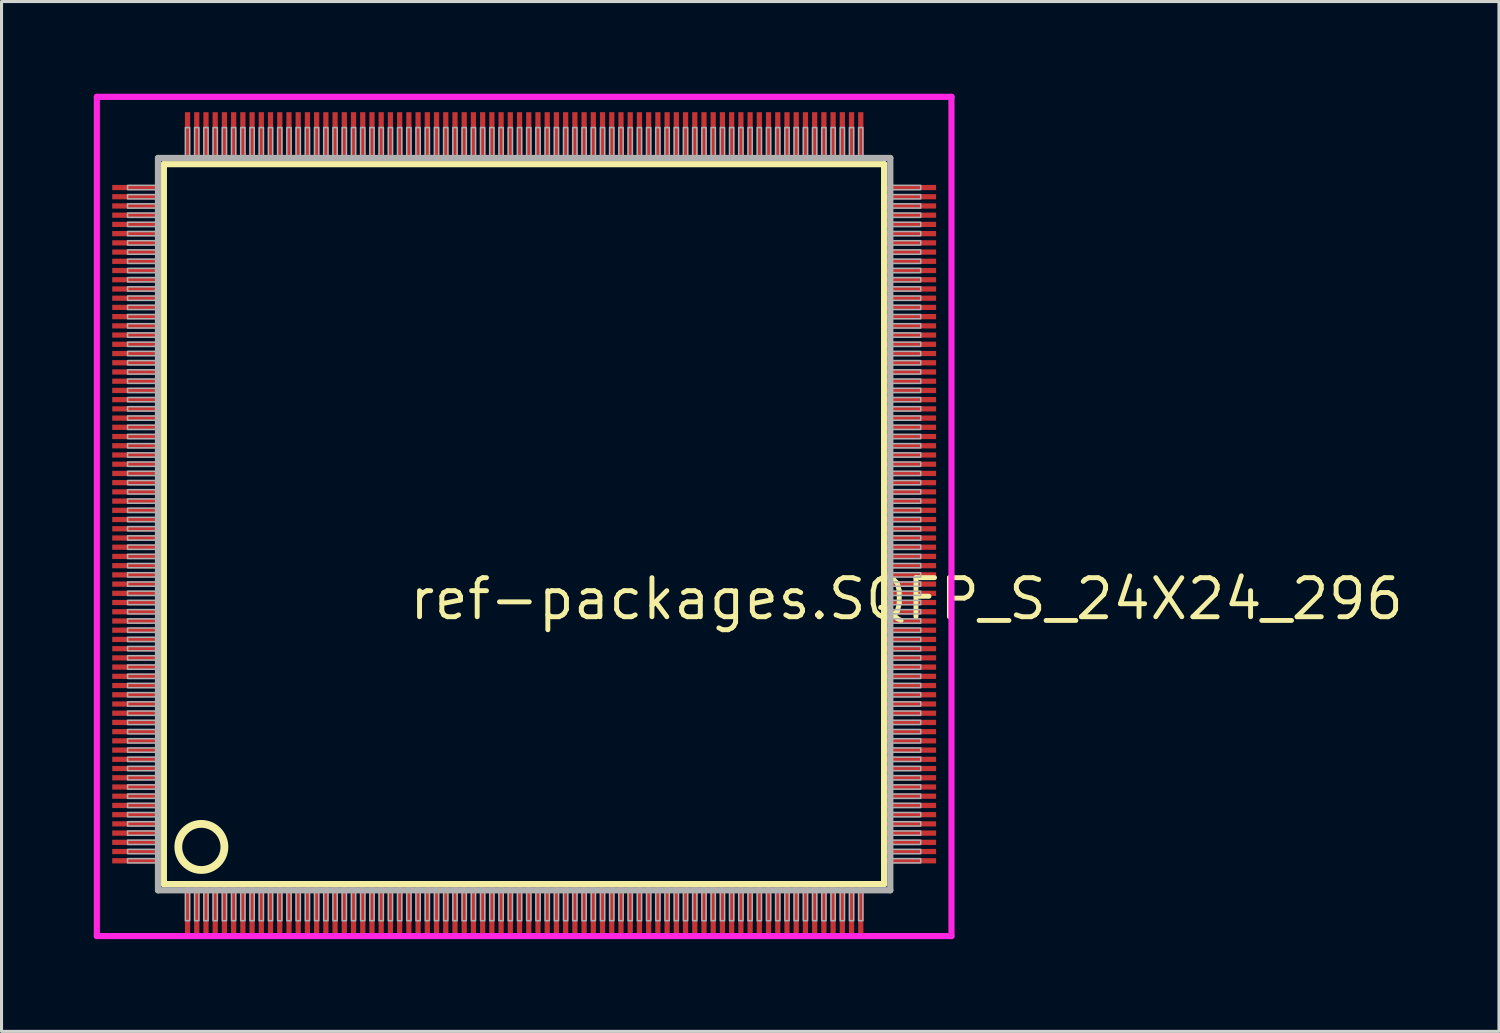
<source format=kicad_pcb>
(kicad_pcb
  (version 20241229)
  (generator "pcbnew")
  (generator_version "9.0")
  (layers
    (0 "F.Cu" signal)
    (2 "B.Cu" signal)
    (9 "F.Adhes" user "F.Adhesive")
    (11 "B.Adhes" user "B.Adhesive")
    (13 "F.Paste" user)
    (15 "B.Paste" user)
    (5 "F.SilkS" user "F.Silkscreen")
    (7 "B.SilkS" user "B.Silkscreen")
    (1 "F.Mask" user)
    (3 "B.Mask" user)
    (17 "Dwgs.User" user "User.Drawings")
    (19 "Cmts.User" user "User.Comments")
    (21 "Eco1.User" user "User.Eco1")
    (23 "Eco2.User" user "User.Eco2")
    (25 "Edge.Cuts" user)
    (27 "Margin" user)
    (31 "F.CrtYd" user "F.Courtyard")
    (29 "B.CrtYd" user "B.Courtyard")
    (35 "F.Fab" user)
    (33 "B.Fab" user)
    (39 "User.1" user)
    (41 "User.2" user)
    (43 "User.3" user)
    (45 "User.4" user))
  (footprint "ref-packages.SQFP_S_24X24_296"
    (layer "F.Cu")
    (at 14 14)
    (property "Reference" "ref-packages.SQFP_S_24X24_296" (at -3.81 3.175 0) (layer "F.SilkS") (effects (font (size 1.27 1.27) (thickness 0.16)) (justify left bottom)))
    (attr smd)
    (fp_line (start -11.72 -11.71) (end 11.71 -11.71) (stroke (width 0.203) (type default)) (layer "F.SilkS"))
    (fp_line (start -11.72 11.71) (end -11.72 -11.71) (stroke (width 0.203) (type default)) (layer "F.SilkS"))
    (fp_line (start 11.71 -11.71) (end 11.71 11.71) (stroke (width 0.203) (type default)) (layer "F.SilkS"))
    (fp_line (start 11.71 11.71) (end -11.72 11.71) (stroke (width 0.203) (type default)) (layer "F.SilkS"))
    (fp_circle (center -10.5 10.5) (end -9.75 10.5) (stroke (width 0.254) (type default)) (fill no) (layer "F.SilkS"))
    (fp_line (start -13.9 -13.9) (end 13.9 -13.9) (stroke (width 0.2) (type default)) (layer "F.CrtYd"))
    (fp_line (start -13.9 13.4) (end -13.9 -13.9) (stroke (width 0.2) (type default)) (layer "F.CrtYd"))
    (fp_line (start 13.9 -13.9) (end 13.9 13.4) (stroke (width 0.2) (type default)) (layer "F.CrtYd"))
    (fp_line (start 13.9 13.4) (end -13.9 13.4) (stroke (width 0.2) (type default)) (layer "F.CrtYd"))
    (fp_line (start -11.91 -11.91) (end -11.91 11.91) (stroke (width 0.203) (type default)) (layer "F.Fab"))
    (fp_line (start -11.91 11.91) (end 11.91 11.91) (stroke (width 0.203) (type default)) (layer "F.Fab"))
    (fp_line (start 11.91 -11.91) (end -11.91 -11.91) (stroke (width 0.203) (type default)) (layer "F.Fab"))
    (fp_line (start 11.91 11.91) (end 11.91 -11.91) (stroke (width 0.203) (type default)) (layer "F.Fab"))
    (fp_rect (start -12.9 -10.88) (end -11.95 -11.02) (stroke (width 0.05) (type default)) (fill no) (layer "F.Fab"))
    (fp_rect (start -12.9 -10.58) (end -11.95 -10.72) (stroke (width 0.05) (type default)) (fill no) (layer "F.Fab"))
    (fp_rect (start -12.9 -10.28) (end -11.95 -10.42) (stroke (width 0.05) (type default)) (fill no) (layer "F.Fab"))
    (fp_rect (start -12.9 -9.98) (end -11.95 -10.12) (stroke (width 0.05) (type default)) (fill no) (layer "F.Fab"))
    (fp_rect (start -12.9 -9.68) (end -11.95 -9.82) (stroke (width 0.05) (type default)) (fill no) (layer "F.Fab"))
    (fp_rect (start -12.9 -9.38) (end -11.95 -9.52) (stroke (width 0.05) (type default)) (fill no) (layer "F.Fab"))
    (fp_rect (start -12.9 -9.08) (end -11.95 -9.22) (stroke (width 0.05) (type default)) (fill no) (layer "F.Fab"))
    (fp_rect (start -12.9 -8.78) (end -11.95 -8.92) (stroke (width 0.05) (type default)) (fill no) (layer "F.Fab"))
    (fp_rect (start -12.9 -8.48) (end -11.95 -8.62) (stroke (width 0.05) (type default)) (fill no) (layer "F.Fab"))
    (fp_rect (start -12.9 -8.18) (end -11.95 -8.32) (stroke (width 0.05) (type default)) (fill no) (layer "F.Fab"))
    (fp_rect (start -12.9 -7.88) (end -11.95 -8.02) (stroke (width 0.05) (type default)) (fill no) (layer "F.Fab"))
    (fp_rect (start -12.9 -7.58) (end -11.95 -7.72) (stroke (width 0.05) (type default)) (fill no) (layer "F.Fab"))
    (fp_rect (start -12.9 -7.28) (end -11.95 -7.42) (stroke (width 0.05) (type default)) (fill no) (layer "F.Fab"))
    (fp_rect (start -12.9 -6.98) (end -11.95 -7.12) (stroke (width 0.05) (type default)) (fill no) (layer "F.Fab"))
    (fp_rect (start -12.9 -6.68) (end -11.95 -6.82) (stroke (width 0.05) (type default)) (fill no) (layer "F.Fab"))
    (fp_rect (start -12.9 -6.38) (end -11.95 -6.52) (stroke (width 0.05) (type default)) (fill no) (layer "F.Fab"))
    (fp_rect (start -12.9 -6.08) (end -11.95 -6.22) (stroke (width 0.05) (type default)) (fill no) (layer "F.Fab"))
    (fp_rect (start -12.9 -5.78) (end -11.95 -5.92) (stroke (width 0.05) (type default)) (fill no) (layer "F.Fab"))
    (fp_rect (start -12.9 -5.48) (end -11.95 -5.62) (stroke (width 0.05) (type default)) (fill no) (layer "F.Fab"))
    (fp_rect (start -12.9 -5.18) (end -11.95 -5.32) (stroke (width 0.05) (type default)) (fill no) (layer "F.Fab"))
    (fp_rect (start -12.9 -4.88) (end -11.95 -5.02) (stroke (width 0.05) (type default)) (fill no) (layer "F.Fab"))
    (fp_rect (start -12.9 -4.58) (end -11.95 -4.72) (stroke (width 0.05) (type default)) (fill no) (layer "F.Fab"))
    (fp_rect (start -12.9 -4.28) (end -11.95 -4.42) (stroke (width 0.05) (type default)) (fill no) (layer "F.Fab"))
    (fp_rect (start -12.9 -3.98) (end -11.95 -4.12) (stroke (width 0.05) (type default)) (fill no) (layer "F.Fab"))
    (fp_rect (start -12.9 -3.68) (end -11.95 -3.82) (stroke (width 0.05) (type default)) (fill no) (layer "F.Fab"))
    (fp_rect (start -12.9 -3.38) (end -11.95 -3.52) (stroke (width 0.05) (type default)) (fill no) (layer "F.Fab"))
    (fp_rect (start -12.9 -3.08) (end -11.95 -3.22) (stroke (width 0.05) (type default)) (fill no) (layer "F.Fab"))
    (fp_rect (start -12.9 -2.78) (end -11.95 -2.92) (stroke (width 0.05) (type default)) (fill no) (layer "F.Fab"))
    (fp_rect (start -12.9 -2.48) (end -11.95 -2.62) (stroke (width 0.05) (type default)) (fill no) (layer "F.Fab"))
    (fp_rect (start -12.9 -2.18) (end -11.95 -2.32) (stroke (width 0.05) (type default)) (fill no) (layer "F.Fab"))
    (fp_rect (start -12.9 -1.88) (end -11.95 -2.02) (stroke (width 0.05) (type default)) (fill no) (layer "F.Fab"))
    (fp_rect (start -12.9 -1.58) (end -11.95 -1.72) (stroke (width 0.05) (type default)) (fill no) (layer "F.Fab"))
    (fp_rect (start -12.9 -1.28) (end -11.95 -1.42) (stroke (width 0.05) (type default)) (fill no) (layer "F.Fab"))
    (fp_rect (start -12.9 -0.98) (end -11.95 -1.12) (stroke (width 0.05) (type default)) (fill no) (layer "F.Fab"))
    (fp_rect (start -12.9 -0.68) (end -11.95 -0.82) (stroke (width 0.05) (type default)) (fill no) (layer "F.Fab"))
    (fp_rect (start -12.9 -0.38) (end -11.95 -0.52) (stroke (width 0.05) (type default)) (fill no) (layer "F.Fab"))
    (fp_rect (start -12.9 -0.08) (end -11.95 -0.22) (stroke (width 0.05) (type default)) (fill no) (layer "F.Fab"))
    (fp_rect (start -12.9 0.22) (end -11.95 0.08) (stroke (width 0.05) (type default)) (fill no) (layer "F.Fab"))
    (fp_rect (start -12.9 0.52) (end -11.95 0.38) (stroke (width 0.05) (type default)) (fill no) (layer "F.Fab"))
    (fp_rect (start -12.9 0.82) (end -11.95 0.68) (stroke (width 0.05) (type default)) (fill no) (layer "F.Fab"))
    (fp_rect (start -12.9 1.12) (end -11.95 0.98) (stroke (width 0.05) (type default)) (fill no) (layer "F.Fab"))
    (fp_rect (start -12.9 1.42) (end -11.95 1.28) (stroke (width 0.05) (type default)) (fill no) (layer "F.Fab"))
    (fp_rect (start -12.9 1.72) (end -11.95 1.58) (stroke (width 0.05) (type default)) (fill no) (layer "F.Fab"))
    (fp_rect (start -12.9 2.02) (end -11.95 1.88) (stroke (width 0.05) (type default)) (fill no) (layer "F.Fab"))
    (fp_rect (start -12.9 2.32) (end -11.95 2.18) (stroke (width 0.05) (type default)) (fill no) (layer "F.Fab"))
    (fp_rect (start -12.9 2.62) (end -11.95 2.48) (stroke (width 0.05) (type default)) (fill no) (layer "F.Fab"))
    (fp_rect (start -12.9 2.92) (end -11.95 2.78) (stroke (width 0.05) (type default)) (fill no) (layer "F.Fab"))
    (fp_rect (start -12.9 3.22) (end -11.95 3.08) (stroke (width 0.05) (type default)) (fill no) (layer "F.Fab"))
    (fp_rect (start -12.9 3.52) (end -11.95 3.38) (stroke (width 0.05) (type default)) (fill no) (layer "F.Fab"))
    (fp_rect (start -12.9 3.82) (end -11.95 3.68) (stroke (width 0.05) (type default)) (fill no) (layer "F.Fab"))
    (fp_rect (start -12.9 4.12) (end -11.95 3.98) (stroke (width 0.05) (type default)) (fill no) (layer "F.Fab"))
    (fp_rect (start -12.9 4.42) (end -11.95 4.28) (stroke (width 0.05) (type default)) (fill no) (layer "F.Fab"))
    (fp_rect (start -12.9 4.72) (end -11.95 4.58) (stroke (width 0.05) (type default)) (fill no) (layer "F.Fab"))
    (fp_rect (start -12.9 5.02) (end -11.95 4.88) (stroke (width 0.05) (type default)) (fill no) (layer "F.Fab"))
    (fp_rect (start -12.9 5.32) (end -11.95 5.18) (stroke (width 0.05) (type default)) (fill no) (layer "F.Fab"))
    (fp_rect (start -12.9 5.62) (end -11.95 5.48) (stroke (width 0.05) (type default)) (fill no) (layer "F.Fab"))
    (fp_rect (start -12.9 5.92) (end -11.95 5.78) (stroke (width 0.05) (type default)) (fill no) (layer "F.Fab"))
    (fp_rect (start -12.9 6.22) (end -11.95 6.08) (stroke (width 0.05) (type default)) (fill no) (layer "F.Fab"))
    (fp_rect (start -12.9 6.52) (end -11.95 6.38) (stroke (width 0.05) (type default)) (fill no) (layer "F.Fab"))
    (fp_rect (start -12.9 6.82) (end -11.95 6.68) (stroke (width 0.05) (type default)) (fill no) (layer "F.Fab"))
    (fp_rect (start -12.9 7.12) (end -11.95 6.98) (stroke (width 0.05) (type default)) (fill no) (layer "F.Fab"))
    (fp_rect (start -12.9 7.42) (end -11.95 7.28) (stroke (width 0.05) (type default)) (fill no) (layer "F.Fab"))
    (fp_rect (start -12.9 7.72) (end -11.95 7.58) (stroke (width 0.05) (type default)) (fill no) (layer "F.Fab"))
    (fp_rect (start -12.9 8.02) (end -11.95 7.88) (stroke (width 0.05) (type default)) (fill no) (layer "F.Fab"))
    (fp_rect (start -12.9 8.32) (end -11.95 8.18) (stroke (width 0.05) (type default)) (fill no) (layer "F.Fab"))
    (fp_rect (start -12.9 8.62) (end -11.95 8.48) (stroke (width 0.05) (type default)) (fill no) (layer "F.Fab"))
    (fp_rect (start -12.9 8.92) (end -11.95 8.78) (stroke (width 0.05) (type default)) (fill no) (layer "F.Fab"))
    (fp_rect (start -12.9 9.22) (end -11.95 9.08) (stroke (width 0.05) (type default)) (fill no) (layer "F.Fab"))
    (fp_rect (start -12.9 9.52) (end -11.95 9.38) (stroke (width 0.05) (type default)) (fill no) (layer "F.Fab"))
    (fp_rect (start -12.9 9.82) (end -11.95 9.68) (stroke (width 0.05) (type default)) (fill no) (layer "F.Fab"))
    (fp_rect (start -12.9 10.12) (end -11.95 9.98) (stroke (width 0.05) (type default)) (fill no) (layer "F.Fab"))
    (fp_rect (start -12.9 10.42) (end -11.95 10.28) (stroke (width 0.05) (type default)) (fill no) (layer "F.Fab"))
    (fp_rect (start -12.9 10.72) (end -11.95 10.58) (stroke (width 0.05) (type default)) (fill no) (layer "F.Fab"))
    (fp_rect (start -12.9 11.02) (end -11.95 10.88) (stroke (width 0.05) (type default)) (fill no) (layer "F.Fab"))
    (fp_rect (start -11.02 -11.95) (end -10.88 -12.9) (stroke (width 0.05) (type default)) (fill no) (layer "F.Fab"))
    (fp_rect (start -11.02 12.9) (end -10.88 11.95) (stroke (width 0.05) (type default)) (fill no) (layer "F.Fab"))
    (fp_rect (start -10.72 -11.95) (end -10.58 -12.9) (stroke (width 0.05) (type default)) (fill no) (layer "F.Fab"))
    (fp_rect (start -10.72 12.9) (end -10.58 11.95) (stroke (width 0.05) (type default)) (fill no) (layer "F.Fab"))
    (fp_rect (start -10.42 -11.95) (end -10.28 -12.9) (stroke (width 0.05) (type default)) (fill no) (layer "F.Fab"))
    (fp_rect (start -10.42 12.9) (end -10.28 11.95) (stroke (width 0.05) (type default)) (fill no) (layer "F.Fab"))
    (fp_rect (start -10.12 -11.95) (end -9.98 -12.9) (stroke (width 0.05) (type default)) (fill no) (layer "F.Fab"))
    (fp_rect (start -10.12 12.9) (end -9.98 11.95) (stroke (width 0.05) (type default)) (fill no) (layer "F.Fab"))
    (fp_rect (start -9.82 -11.95) (end -9.68 -12.9) (stroke (width 0.05) (type default)) (fill no) (layer "F.Fab"))
    (fp_rect (start -9.82 12.9) (end -9.68 11.95) (stroke (width 0.05) (type default)) (fill no) (layer "F.Fab"))
    (fp_rect (start -9.52 -11.95) (end -9.38 -12.9) (stroke (width 0.05) (type default)) (fill no) (layer "F.Fab"))
    (fp_rect (start -9.52 12.9) (end -9.38 11.95) (stroke (width 0.05) (type default)) (fill no) (layer "F.Fab"))
    (fp_rect (start -9.22 -11.95) (end -9.08 -12.9) (stroke (width 0.05) (type default)) (fill no) (layer "F.Fab"))
    (fp_rect (start -9.22 12.9) (end -9.08 11.95) (stroke (width 0.05) (type default)) (fill no) (layer "F.Fab"))
    (fp_rect (start -8.92 -11.95) (end -8.78 -12.9) (stroke (width 0.05) (type default)) (fill no) (layer "F.Fab"))
    (fp_rect (start -8.92 12.9) (end -8.78 11.95) (stroke (width 0.05) (type default)) (fill no) (layer "F.Fab"))
    (fp_rect (start -8.62 -11.95) (end -8.48 -12.9) (stroke (width 0.05) (type default)) (fill no) (layer "F.Fab"))
    (fp_rect (start -8.62 12.9) (end -8.48 11.95) (stroke (width 0.05) (type default)) (fill no) (layer "F.Fab"))
    (fp_rect (start -8.32 -11.95) (end -8.18 -12.9) (stroke (width 0.05) (type default)) (fill no) (layer "F.Fab"))
    (fp_rect (start -8.32 12.9) (end -8.18 11.95) (stroke (width 0.05) (type default)) (fill no) (layer "F.Fab"))
    (fp_rect (start -8.02 -11.95) (end -7.88 -12.9) (stroke (width 0.05) (type default)) (fill no) (layer "F.Fab"))
    (fp_rect (start -8.02 12.9) (end -7.88 11.95) (stroke (width 0.05) (type default)) (fill no) (layer "F.Fab"))
    (fp_rect (start -7.72 -11.95) (end -7.58 -12.9) (stroke (width 0.05) (type default)) (fill no) (layer "F.Fab"))
    (fp_rect (start -7.72 12.9) (end -7.58 11.95) (stroke (width 0.05) (type default)) (fill no) (layer "F.Fab"))
    (fp_rect (start -7.42 -11.95) (end -7.28 -12.9) (stroke (width 0.05) (type default)) (fill no) (layer "F.Fab"))
    (fp_rect (start -7.42 12.9) (end -7.28 11.95) (stroke (width 0.05) (type default)) (fill no) (layer "F.Fab"))
    (fp_rect (start -7.12 -11.95) (end -6.98 -12.9) (stroke (width 0.05) (type default)) (fill no) (layer "F.Fab"))
    (fp_rect (start -7.12 12.9) (end -6.98 11.95) (stroke (width 0.05) (type default)) (fill no) (layer "F.Fab"))
    (fp_rect (start -6.82 -11.95) (end -6.68 -12.9) (stroke (width 0.05) (type default)) (fill no) (layer "F.Fab"))
    (fp_rect (start -6.82 12.9) (end -6.68 11.95) (stroke (width 0.05) (type default)) (fill no) (layer "F.Fab"))
    (fp_rect (start -6.52 -11.95) (end -6.38 -12.9) (stroke (width 0.05) (type default)) (fill no) (layer "F.Fab"))
    (fp_rect (start -6.52 12.9) (end -6.38 11.95) (stroke (width 0.05) (type default)) (fill no) (layer "F.Fab"))
    (fp_rect (start -6.22 -11.95) (end -6.08 -12.9) (stroke (width 0.05) (type default)) (fill no) (layer "F.Fab"))
    (fp_rect (start -6.22 12.9) (end -6.08 11.95) (stroke (width 0.05) (type default)) (fill no) (layer "F.Fab"))
    (fp_rect (start -5.92 -11.95) (end -5.78 -12.9) (stroke (width 0.05) (type default)) (fill no) (layer "F.Fab"))
    (fp_rect (start -5.92 12.9) (end -5.78 11.95) (stroke (width 0.05) (type default)) (fill no) (layer "F.Fab"))
    (fp_rect (start -5.62 -11.95) (end -5.48 -12.9) (stroke (width 0.05) (type default)) (fill no) (layer "F.Fab"))
    (fp_rect (start -5.62 12.9) (end -5.48 11.95) (stroke (width 0.05) (type default)) (fill no) (layer "F.Fab"))
    (fp_rect (start -5.32 -11.95) (end -5.18 -12.9) (stroke (width 0.05) (type default)) (fill no) (layer "F.Fab"))
    (fp_rect (start -5.32 12.9) (end -5.18 11.95) (stroke (width 0.05) (type default)) (fill no) (layer "F.Fab"))
    (fp_rect (start -5.02 -11.95) (end -4.88 -12.9) (stroke (width 0.05) (type default)) (fill no) (layer "F.Fab"))
    (fp_rect (start -5.02 12.9) (end -4.88 11.95) (stroke (width 0.05) (type default)) (fill no) (layer "F.Fab"))
    (fp_rect (start -4.72 -11.95) (end -4.58 -12.9) (stroke (width 0.05) (type default)) (fill no) (layer "F.Fab"))
    (fp_rect (start -4.72 12.9) (end -4.58 11.95) (stroke (width 0.05) (type default)) (fill no) (layer "F.Fab"))
    (fp_rect (start -4.42 -11.95) (end -4.28 -12.9) (stroke (width 0.05) (type default)) (fill no) (layer "F.Fab"))
    (fp_rect (start -4.42 12.9) (end -4.28 11.95) (stroke (width 0.05) (type default)) (fill no) (layer "F.Fab"))
    (fp_rect (start -4.12 -11.95) (end -3.98 -12.9) (stroke (width 0.05) (type default)) (fill no) (layer "F.Fab"))
    (fp_rect (start -4.12 12.9) (end -3.98 11.95) (stroke (width 0.05) (type default)) (fill no) (layer "F.Fab"))
    (fp_rect (start -3.82 -11.95) (end -3.68 -12.9) (stroke (width 0.05) (type default)) (fill no) (layer "F.Fab"))
    (fp_rect (start -3.82 12.9) (end -3.68 11.95) (stroke (width 0.05) (type default)) (fill no) (layer "F.Fab"))
    (fp_rect (start -3.52 -11.95) (end -3.38 -12.9) (stroke (width 0.05) (type default)) (fill no) (layer "F.Fab"))
    (fp_rect (start -3.52 12.9) (end -3.38 11.95) (stroke (width 0.05) (type default)) (fill no) (layer "F.Fab"))
    (fp_rect (start -3.22 -11.95) (end -3.08 -12.9) (stroke (width 0.05) (type default)) (fill no) (layer "F.Fab"))
    (fp_rect (start -3.22 12.9) (end -3.08 11.95) (stroke (width 0.05) (type default)) (fill no) (layer "F.Fab"))
    (fp_rect (start -2.92 -11.95) (end -2.78 -12.9) (stroke (width 0.05) (type default)) (fill no) (layer "F.Fab"))
    (fp_rect (start -2.92 12.9) (end -2.78 11.95) (stroke (width 0.05) (type default)) (fill no) (layer "F.Fab"))
    (fp_rect (start -2.62 -11.95) (end -2.48 -12.9) (stroke (width 0.05) (type default)) (fill no) (layer "F.Fab"))
    (fp_rect (start -2.62 12.9) (end -2.48 11.95) (stroke (width 0.05) (type default)) (fill no) (layer "F.Fab"))
    (fp_rect (start -2.32 -11.95) (end -2.18 -12.9) (stroke (width 0.05) (type default)) (fill no) (layer "F.Fab"))
    (fp_rect (start -2.32 12.9) (end -2.18 11.95) (stroke (width 0.05) (type default)) (fill no) (layer "F.Fab"))
    (fp_rect (start -2.02 -11.95) (end -1.88 -12.9) (stroke (width 0.05) (type default)) (fill no) (layer "F.Fab"))
    (fp_rect (start -2.02 12.9) (end -1.88 11.95) (stroke (width 0.05) (type default)) (fill no) (layer "F.Fab"))
    (fp_rect (start -1.72 -11.95) (end -1.58 -12.9) (stroke (width 0.05) (type default)) (fill no) (layer "F.Fab"))
    (fp_rect (start -1.72 12.9) (end -1.58 11.95) (stroke (width 0.05) (type default)) (fill no) (layer "F.Fab"))
    (fp_rect (start -1.42 -11.95) (end -1.28 -12.9) (stroke (width 0.05) (type default)) (fill no) (layer "F.Fab"))
    (fp_rect (start -1.42 12.9) (end -1.28 11.95) (stroke (width 0.05) (type default)) (fill no) (layer "F.Fab"))
    (fp_rect (start -1.12 -11.95) (end -0.98 -12.9) (stroke (width 0.05) (type default)) (fill no) (layer "F.Fab"))
    (fp_rect (start -1.12 12.9) (end -0.98 11.95) (stroke (width 0.05) (type default)) (fill no) (layer "F.Fab"))
    (fp_rect (start -0.82 -11.95) (end -0.68 -12.9) (stroke (width 0.05) (type default)) (fill no) (layer "F.Fab"))
    (fp_rect (start -0.82 12.9) (end -0.68 11.95) (stroke (width 0.05) (type default)) (fill no) (layer "F.Fab"))
    (fp_rect (start -0.52 -11.95) (end -0.38 -12.9) (stroke (width 0.05) (type default)) (fill no) (layer "F.Fab"))
    (fp_rect (start -0.52 12.9) (end -0.38 11.95) (stroke (width 0.05) (type default)) (fill no) (layer "F.Fab"))
    (fp_rect (start -0.22 -11.95) (end -0.08 -12.9) (stroke (width 0.05) (type default)) (fill no) (layer "F.Fab"))
    (fp_rect (start -0.22 12.9) (end -0.08 11.95) (stroke (width 0.05) (type default)) (fill no) (layer "F.Fab"))
    (fp_rect (start 0.08 -11.95) (end 0.22 -12.9) (stroke (width 0.05) (type default)) (fill no) (layer "F.Fab"))
    (fp_rect (start 0.08 12.9) (end 0.22 11.95) (stroke (width 0.05) (type default)) (fill no) (layer "F.Fab"))
    (fp_rect (start 0.38 -11.95) (end 0.52 -12.9) (stroke (width 0.05) (type default)) (fill no) (layer "F.Fab"))
    (fp_rect (start 0.38 12.9) (end 0.52 11.95) (stroke (width 0.05) (type default)) (fill no) (layer "F.Fab"))
    (fp_rect (start 0.68 -11.95) (end 0.82 -12.9) (stroke (width 0.05) (type default)) (fill no) (layer "F.Fab"))
    (fp_rect (start 0.68 12.9) (end 0.82 11.95) (stroke (width 0.05) (type default)) (fill no) (layer "F.Fab"))
    (fp_rect (start 0.98 -11.95) (end 1.12 -12.9) (stroke (width 0.05) (type default)) (fill no) (layer "F.Fab"))
    (fp_rect (start 0.98 12.9) (end 1.12 11.95) (stroke (width 0.05) (type default)) (fill no) (layer "F.Fab"))
    (fp_rect (start 1.28 -11.95) (end 1.42 -12.9) (stroke (width 0.05) (type default)) (fill no) (layer "F.Fab"))
    (fp_rect (start 1.28 12.9) (end 1.42 11.95) (stroke (width 0.05) (type default)) (fill no) (layer "F.Fab"))
    (fp_rect (start 1.58 -11.95) (end 1.72 -12.9) (stroke (width 0.05) (type default)) (fill no) (layer "F.Fab"))
    (fp_rect (start 1.58 12.9) (end 1.72 11.95) (stroke (width 0.05) (type default)) (fill no) (layer "F.Fab"))
    (fp_rect (start 1.88 -11.95) (end 2.02 -12.9) (stroke (width 0.05) (type default)) (fill no) (layer "F.Fab"))
    (fp_rect (start 1.88 12.9) (end 2.02 11.95) (stroke (width 0.05) (type default)) (fill no) (layer "F.Fab"))
    (fp_rect (start 2.18 -11.95) (end 2.32 -12.9) (stroke (width 0.05) (type default)) (fill no) (layer "F.Fab"))
    (fp_rect (start 2.18 12.9) (end 2.32 11.95) (stroke (width 0.05) (type default)) (fill no) (layer "F.Fab"))
    (fp_rect (start 2.48 -11.95) (end 2.62 -12.9) (stroke (width 0.05) (type default)) (fill no) (layer "F.Fab"))
    (fp_rect (start 2.48 12.9) (end 2.62 11.95) (stroke (width 0.05) (type default)) (fill no) (layer "F.Fab"))
    (fp_rect (start 2.78 -11.95) (end 2.92 -12.9) (stroke (width 0.05) (type default)) (fill no) (layer "F.Fab"))
    (fp_rect (start 2.78 12.9) (end 2.92 11.95) (stroke (width 0.05) (type default)) (fill no) (layer "F.Fab"))
    (fp_rect (start 3.08 -11.95) (end 3.22 -12.9) (stroke (width 0.05) (type default)) (fill no) (layer "F.Fab"))
    (fp_rect (start 3.08 12.9) (end 3.22 11.95) (stroke (width 0.05) (type default)) (fill no) (layer "F.Fab"))
    (fp_rect (start 3.38 -11.95) (end 3.52 -12.9) (stroke (width 0.05) (type default)) (fill no) (layer "F.Fab"))
    (fp_rect (start 3.38 12.9) (end 3.52 11.95) (stroke (width 0.05) (type default)) (fill no) (layer "F.Fab"))
    (fp_rect (start 3.68 -11.95) (end 3.82 -12.9) (stroke (width 0.05) (type default)) (fill no) (layer "F.Fab"))
    (fp_rect (start 3.68 12.9) (end 3.82 11.95) (stroke (width 0.05) (type default)) (fill no) (layer "F.Fab"))
    (fp_rect (start 3.98 -11.95) (end 4.12 -12.9) (stroke (width 0.05) (type default)) (fill no) (layer "F.Fab"))
    (fp_rect (start 3.98 12.9) (end 4.12 11.95) (stroke (width 0.05) (type default)) (fill no) (layer "F.Fab"))
    (fp_rect (start 4.28 -11.95) (end 4.42 -12.9) (stroke (width 0.05) (type default)) (fill no) (layer "F.Fab"))
    (fp_rect (start 4.28 12.9) (end 4.42 11.95) (stroke (width 0.05) (type default)) (fill no) (layer "F.Fab"))
    (fp_rect (start 4.58 -11.95) (end 4.72 -12.9) (stroke (width 0.05) (type default)) (fill no) (layer "F.Fab"))
    (fp_rect (start 4.58 12.9) (end 4.72 11.95) (stroke (width 0.05) (type default)) (fill no) (layer "F.Fab"))
    (fp_rect (start 4.88 -11.95) (end 5.02 -12.9) (stroke (width 0.05) (type default)) (fill no) (layer "F.Fab"))
    (fp_rect (start 4.88 12.9) (end 5.02 11.95) (stroke (width 0.05) (type default)) (fill no) (layer "F.Fab"))
    (fp_rect (start 5.18 -11.95) (end 5.32 -12.9) (stroke (width 0.05) (type default)) (fill no) (layer "F.Fab"))
    (fp_rect (start 5.18 12.9) (end 5.32 11.95) (stroke (width 0.05) (type default)) (fill no) (layer "F.Fab"))
    (fp_rect (start 5.48 -11.95) (end 5.62 -12.9) (stroke (width 0.05) (type default)) (fill no) (layer "F.Fab"))
    (fp_rect (start 5.48 12.9) (end 5.62 11.95) (stroke (width 0.05) (type default)) (fill no) (layer "F.Fab"))
    (fp_rect (start 5.78 -11.95) (end 5.92 -12.9) (stroke (width 0.05) (type default)) (fill no) (layer "F.Fab"))
    (fp_rect (start 5.78 12.9) (end 5.92 11.95) (stroke (width 0.05) (type default)) (fill no) (layer "F.Fab"))
    (fp_rect (start 6.08 -11.95) (end 6.22 -12.9) (stroke (width 0.05) (type default)) (fill no) (layer "F.Fab"))
    (fp_rect (start 6.08 12.9) (end 6.22 11.95) (stroke (width 0.05) (type default)) (fill no) (layer "F.Fab"))
    (fp_rect (start 6.38 -11.95) (end 6.52 -12.9) (stroke (width 0.05) (type default)) (fill no) (layer "F.Fab"))
    (fp_rect (start 6.38 12.9) (end 6.52 11.95) (stroke (width 0.05) (type default)) (fill no) (layer "F.Fab"))
    (fp_rect (start 6.68 -11.95) (end 6.82 -12.9) (stroke (width 0.05) (type default)) (fill no) (layer "F.Fab"))
    (fp_rect (start 6.68 12.9) (end 6.82 11.95) (stroke (width 0.05) (type default)) (fill no) (layer "F.Fab"))
    (fp_rect (start 6.98 -11.95) (end 7.12 -12.9) (stroke (width 0.05) (type default)) (fill no) (layer "F.Fab"))
    (fp_rect (start 6.98 12.9) (end 7.12 11.95) (stroke (width 0.05) (type default)) (fill no) (layer "F.Fab"))
    (fp_rect (start 7.28 -11.95) (end 7.42 -12.9) (stroke (width 0.05) (type default)) (fill no) (layer "F.Fab"))
    (fp_rect (start 7.28 12.9) (end 7.42 11.95) (stroke (width 0.05) (type default)) (fill no) (layer "F.Fab"))
    (fp_rect (start 7.58 -11.95) (end 7.72 -12.9) (stroke (width 0.05) (type default)) (fill no) (layer "F.Fab"))
    (fp_rect (start 7.58 12.9) (end 7.72 11.95) (stroke (width 0.05) (type default)) (fill no) (layer "F.Fab"))
    (fp_rect (start 7.88 -11.95) (end 8.02 -12.9) (stroke (width 0.05) (type default)) (fill no) (layer "F.Fab"))
    (fp_rect (start 7.88 12.9) (end 8.02 11.95) (stroke (width 0.05) (type default)) (fill no) (layer "F.Fab"))
    (fp_rect (start 8.18 -11.95) (end 8.32 -12.9) (stroke (width 0.05) (type default)) (fill no) (layer "F.Fab"))
    (fp_rect (start 8.18 12.9) (end 8.32 11.95) (stroke (width 0.05) (type default)) (fill no) (layer "F.Fab"))
    (fp_rect (start 8.48 -11.95) (end 8.62 -12.9) (stroke (width 0.05) (type default)) (fill no) (layer "F.Fab"))
    (fp_rect (start 8.48 12.9) (end 8.62 11.95) (stroke (width 0.05) (type default)) (fill no) (layer "F.Fab"))
    (fp_rect (start 8.78 -11.95) (end 8.92 -12.9) (stroke (width 0.05) (type default)) (fill no) (layer "F.Fab"))
    (fp_rect (start 8.78 12.9) (end 8.92 11.95) (stroke (width 0.05) (type default)) (fill no) (layer "F.Fab"))
    (fp_rect (start 9.08 -11.95) (end 9.22 -12.9) (stroke (width 0.05) (type default)) (fill no) (layer "F.Fab"))
    (fp_rect (start 9.08 12.9) (end 9.22 11.95) (stroke (width 0.05) (type default)) (fill no) (layer "F.Fab"))
    (fp_rect (start 9.38 -11.95) (end 9.52 -12.9) (stroke (width 0.05) (type default)) (fill no) (layer "F.Fab"))
    (fp_rect (start 9.38 12.9) (end 9.52 11.95) (stroke (width 0.05) (type default)) (fill no) (layer "F.Fab"))
    (fp_rect (start 9.68 -11.95) (end 9.82 -12.9) (stroke (width 0.05) (type default)) (fill no) (layer "F.Fab"))
    (fp_rect (start 9.68 12.9) (end 9.82 11.95) (stroke (width 0.05) (type default)) (fill no) (layer "F.Fab"))
    (fp_rect (start 9.98 -11.95) (end 10.12 -12.9) (stroke (width 0.05) (type default)) (fill no) (layer "F.Fab"))
    (fp_rect (start 9.98 12.9) (end 10.12 11.95) (stroke (width 0.05) (type default)) (fill no) (layer "F.Fab"))
    (fp_rect (start 10.28 -11.95) (end 10.42 -12.9) (stroke (width 0.05) (type default)) (fill no) (layer "F.Fab"))
    (fp_rect (start 10.28 12.9) (end 10.42 11.95) (stroke (width 0.05) (type default)) (fill no) (layer "F.Fab"))
    (fp_rect (start 10.58 -11.95) (end 10.72 -12.9) (stroke (width 0.05) (type default)) (fill no) (layer "F.Fab"))
    (fp_rect (start 10.58 12.9) (end 10.72 11.95) (stroke (width 0.05) (type default)) (fill no) (layer "F.Fab"))
    (fp_rect (start 10.88 -11.95) (end 11.02 -12.9) (stroke (width 0.05) (type default)) (fill no) (layer "F.Fab"))
    (fp_rect (start 10.88 12.9) (end 11.02 11.95) (stroke (width 0.05) (type default)) (fill no) (layer "F.Fab"))
    (fp_rect (start 11.95 -10.88) (end 12.9 -11.02) (stroke (width 0.05) (type default)) (fill no) (layer "F.Fab"))
    (fp_rect (start 11.95 -10.58) (end 12.9 -10.72) (stroke (width 0.05) (type default)) (fill no) (layer "F.Fab"))
    (fp_rect (start 11.95 -10.28) (end 12.9 -10.42) (stroke (width 0.05) (type default)) (fill no) (layer "F.Fab"))
    (fp_rect (start 11.95 -9.98) (end 12.9 -10.12) (stroke (width 0.05) (type default)) (fill no) (layer "F.Fab"))
    (fp_rect (start 11.95 -9.68) (end 12.9 -9.82) (stroke (width 0.05) (type default)) (fill no) (layer "F.Fab"))
    (fp_rect (start 11.95 -9.38) (end 12.9 -9.52) (stroke (width 0.05) (type default)) (fill no) (layer "F.Fab"))
    (fp_rect (start 11.95 -9.08) (end 12.9 -9.22) (stroke (width 0.05) (type default)) (fill no) (layer "F.Fab"))
    (fp_rect (start 11.95 -8.78) (end 12.9 -8.92) (stroke (width 0.05) (type default)) (fill no) (layer "F.Fab"))
    (fp_rect (start 11.95 -8.48) (end 12.9 -8.62) (stroke (width 0.05) (type default)) (fill no) (layer "F.Fab"))
    (fp_rect (start 11.95 -8.18) (end 12.9 -8.32) (stroke (width 0.05) (type default)) (fill no) (layer "F.Fab"))
    (fp_rect (start 11.95 -7.88) (end 12.9 -8.02) (stroke (width 0.05) (type default)) (fill no) (layer "F.Fab"))
    (fp_rect (start 11.95 -7.58) (end 12.9 -7.72) (stroke (width 0.05) (type default)) (fill no) (layer "F.Fab"))
    (fp_rect (start 11.95 -7.28) (end 12.9 -7.42) (stroke (width 0.05) (type default)) (fill no) (layer "F.Fab"))
    (fp_rect (start 11.95 -6.98) (end 12.9 -7.12) (stroke (width 0.05) (type default)) (fill no) (layer "F.Fab"))
    (fp_rect (start 11.95 -6.68) (end 12.9 -6.82) (stroke (width 0.05) (type default)) (fill no) (layer "F.Fab"))
    (fp_rect (start 11.95 -6.38) (end 12.9 -6.52) (stroke (width 0.05) (type default)) (fill no) (layer "F.Fab"))
    (fp_rect (start 11.95 -6.08) (end 12.9 -6.22) (stroke (width 0.05) (type default)) (fill no) (layer "F.Fab"))
    (fp_rect (start 11.95 -5.78) (end 12.9 -5.92) (stroke (width 0.05) (type default)) (fill no) (layer "F.Fab"))
    (fp_rect (start 11.95 -5.48) (end 12.9 -5.62) (stroke (width 0.05) (type default)) (fill no) (layer "F.Fab"))
    (fp_rect (start 11.95 -5.18) (end 12.9 -5.32) (stroke (width 0.05) (type default)) (fill no) (layer "F.Fab"))
    (fp_rect (start 11.95 -4.88) (end 12.9 -5.02) (stroke (width 0.05) (type default)) (fill no) (layer "F.Fab"))
    (fp_rect (start 11.95 -4.58) (end 12.9 -4.72) (stroke (width 0.05) (type default)) (fill no) (layer "F.Fab"))
    (fp_rect (start 11.95 -4.28) (end 12.9 -4.42) (stroke (width 0.05) (type default)) (fill no) (layer "F.Fab"))
    (fp_rect (start 11.95 -3.98) (end 12.9 -4.12) (stroke (width 0.05) (type default)) (fill no) (layer "F.Fab"))
    (fp_rect (start 11.95 -3.68) (end 12.9 -3.82) (stroke (width 0.05) (type default)) (fill no) (layer "F.Fab"))
    (fp_rect (start 11.95 -3.38) (end 12.9 -3.52) (stroke (width 0.05) (type default)) (fill no) (layer "F.Fab"))
    (fp_rect (start 11.95 -3.08) (end 12.9 -3.22) (stroke (width 0.05) (type default)) (fill no) (layer "F.Fab"))
    (fp_rect (start 11.95 -2.78) (end 12.9 -2.92) (stroke (width 0.05) (type default)) (fill no) (layer "F.Fab"))
    (fp_rect (start 11.95 -2.48) (end 12.9 -2.62) (stroke (width 0.05) (type default)) (fill no) (layer "F.Fab"))
    (fp_rect (start 11.95 -2.18) (end 12.9 -2.32) (stroke (width 0.05) (type default)) (fill no) (layer "F.Fab"))
    (fp_rect (start 11.95 -1.88) (end 12.9 -2.02) (stroke (width 0.05) (type default)) (fill no) (layer "F.Fab"))
    (fp_rect (start 11.95 -1.58) (end 12.9 -1.72) (stroke (width 0.05) (type default)) (fill no) (layer "F.Fab"))
    (fp_rect (start 11.95 -1.28) (end 12.9 -1.42) (stroke (width 0.05) (type default)) (fill no) (layer "F.Fab"))
    (fp_rect (start 11.95 -0.98) (end 12.9 -1.12) (stroke (width 0.05) (type default)) (fill no) (layer "F.Fab"))
    (fp_rect (start 11.95 -0.68) (end 12.9 -0.82) (stroke (width 0.05) (type default)) (fill no) (layer "F.Fab"))
    (fp_rect (start 11.95 -0.38) (end 12.9 -0.52) (stroke (width 0.05) (type default)) (fill no) (layer "F.Fab"))
    (fp_rect (start 11.95 -0.08) (end 12.9 -0.22) (stroke (width 0.05) (type default)) (fill no) (layer "F.Fab"))
    (fp_rect (start 11.95 0.22) (end 12.9 0.08) (stroke (width 0.05) (type default)) (fill no) (layer "F.Fab"))
    (fp_rect (start 11.95 0.52) (end 12.9 0.38) (stroke (width 0.05) (type default)) (fill no) (layer "F.Fab"))
    (fp_rect (start 11.95 0.82) (end 12.9 0.68) (stroke (width 0.05) (type default)) (fill no) (layer "F.Fab"))
    (fp_rect (start 11.95 1.12) (end 12.9 0.98) (stroke (width 0.05) (type default)) (fill no) (layer "F.Fab"))
    (fp_rect (start 11.95 1.42) (end 12.9 1.28) (stroke (width 0.05) (type default)) (fill no) (layer "F.Fab"))
    (fp_rect (start 11.95 1.72) (end 12.9 1.58) (stroke (width 0.05) (type default)) (fill no) (layer "F.Fab"))
    (fp_rect (start 11.95 2.02) (end 12.9 1.88) (stroke (width 0.05) (type default)) (fill no) (layer "F.Fab"))
    (fp_rect (start 11.95 2.32) (end 12.9 2.18) (stroke (width 0.05) (type default)) (fill no) (layer "F.Fab"))
    (fp_rect (start 11.95 2.62) (end 12.9 2.48) (stroke (width 0.05) (type default)) (fill no) (layer "F.Fab"))
    (fp_rect (start 11.95 2.92) (end 12.9 2.78) (stroke (width 0.05) (type default)) (fill no) (layer "F.Fab"))
    (fp_rect (start 11.95 3.22) (end 12.9 3.08) (stroke (width 0.05) (type default)) (fill no) (layer "F.Fab"))
    (fp_rect (start 11.95 3.52) (end 12.9 3.38) (stroke (width 0.05) (type default)) (fill no) (layer "F.Fab"))
    (fp_rect (start 11.95 3.82) (end 12.9 3.68) (stroke (width 0.05) (type default)) (fill no) (layer "F.Fab"))
    (fp_rect (start 11.95 4.12) (end 12.9 3.98) (stroke (width 0.05) (type default)) (fill no) (layer "F.Fab"))
    (fp_rect (start 11.95 4.42) (end 12.9 4.28) (stroke (width 0.05) (type default)) (fill no) (layer "F.Fab"))
    (fp_rect (start 11.95 4.72) (end 12.9 4.58) (stroke (width 0.05) (type default)) (fill no) (layer "F.Fab"))
    (fp_rect (start 11.95 5.02) (end 12.9 4.88) (stroke (width 0.05) (type default)) (fill no) (layer "F.Fab"))
    (fp_rect (start 11.95 5.32) (end 12.9 5.18) (stroke (width 0.05) (type default)) (fill no) (layer "F.Fab"))
    (fp_rect (start 11.95 5.62) (end 12.9 5.48) (stroke (width 0.05) (type default)) (fill no) (layer "F.Fab"))
    (fp_rect (start 11.95 5.92) (end 12.9 5.78) (stroke (width 0.05) (type default)) (fill no) (layer "F.Fab"))
    (fp_rect (start 11.95 6.22) (end 12.9 6.08) (stroke (width 0.05) (type default)) (fill no) (layer "F.Fab"))
    (fp_rect (start 11.95 6.52) (end 12.9 6.38) (stroke (width 0.05) (type default)) (fill no) (layer "F.Fab"))
    (fp_rect (start 11.95 6.82) (end 12.9 6.68) (stroke (width 0.05) (type default)) (fill no) (layer "F.Fab"))
    (fp_rect (start 11.95 7.12) (end 12.9 6.98) (stroke (width 0.05) (type default)) (fill no) (layer "F.Fab"))
    (fp_rect (start 11.95 7.42) (end 12.9 7.28) (stroke (width 0.05) (type default)) (fill no) (layer "F.Fab"))
    (fp_rect (start 11.95 7.72) (end 12.9 7.58) (stroke (width 0.05) (type default)) (fill no) (layer "F.Fab"))
    (fp_rect (start 11.95 8.02) (end 12.9 7.88) (stroke (width 0.05) (type default)) (fill no) (layer "F.Fab"))
    (fp_rect (start 11.95 8.32) (end 12.9 8.18) (stroke (width 0.05) (type default)) (fill no) (layer "F.Fab"))
    (fp_rect (start 11.95 8.62) (end 12.9 8.48) (stroke (width 0.05) (type default)) (fill no) (layer "F.Fab"))
    (fp_rect (start 11.95 8.92) (end 12.9 8.78) (stroke (width 0.05) (type default)) (fill no) (layer "F.Fab"))
    (fp_rect (start 11.95 9.22) (end 12.9 9.08) (stroke (width 0.05) (type default)) (fill no) (layer "F.Fab"))
    (fp_rect (start 11.95 9.52) (end 12.9 9.38) (stroke (width 0.05) (type default)) (fill no) (layer "F.Fab"))
    (fp_rect (start 11.95 9.82) (end 12.9 9.68) (stroke (width 0.05) (type default)) (fill no) (layer "F.Fab"))
    (fp_rect (start 11.95 10.12) (end 12.9 9.98) (stroke (width 0.05) (type default)) (fill no) (layer "F.Fab"))
    (fp_rect (start 11.95 10.42) (end 12.9 10.28) (stroke (width 0.05) (type default)) (fill no) (layer "F.Fab"))
    (fp_rect (start 11.95 10.72) (end 12.9 10.58) (stroke (width 0.05) (type default)) (fill no) (layer "F.Fab"))
    (fp_rect (start 11.95 11.02) (end 12.9 10.88) (stroke (width 0.05) (type default)) (fill no) (layer "F.Fab"))
    (pad "1" smd roundrect (at -10.95 12.6) (size 0.17 1.6) (layers "F.Cu" "F.Mask" "F.Paste") (roundrect_rratio 0.01))
    (pad "2" smd roundrect (at -10.65 12.6) (size 0.17 1.6) (layers "F.Cu" "F.Mask" "F.Paste") (roundrect_rratio 0.01))
    (pad "3" smd roundrect (at -10.35 12.6) (size 0.17 1.6) (layers "F.Cu" "F.Mask" "F.Paste") (roundrect_rratio 0.01))
    (pad "4" smd roundrect (at -10.05 12.6) (size 0.17 1.6) (layers "F.Cu" "F.Mask" "F.Paste") (roundrect_rratio 0.01))
    (pad "5" smd roundrect (at -9.75 12.6) (size 0.17 1.6) (layers "F.Cu" "F.Mask" "F.Paste") (roundrect_rratio 0.01))
    (pad "6" smd roundrect (at -9.45 12.6) (size 0.17 1.6) (layers "F.Cu" "F.Mask" "F.Paste") (roundrect_rratio 0.01))
    (pad "7" smd roundrect (at -9.15 12.6) (size 0.17 1.6) (layers "F.Cu" "F.Mask" "F.Paste") (roundrect_rratio 0.01))
    (pad "8" smd roundrect (at -8.85 12.6) (size 0.17 1.6) (layers "F.Cu" "F.Mask" "F.Paste") (roundrect_rratio 0.01))
    (pad "9" smd roundrect (at -8.55 12.6) (size 0.17 1.6) (layers "F.Cu" "F.Mask" "F.Paste") (roundrect_rratio 0.01))
    (pad "10" smd roundrect (at -8.25 12.6) (size 0.17 1.6) (layers "F.Cu" "F.Mask" "F.Paste") (roundrect_rratio 0.01))
    (pad "11" smd roundrect (at -7.95 12.6) (size 0.17 1.6) (layers "F.Cu" "F.Mask" "F.Paste") (roundrect_rratio 0.01))
    (pad "12" smd roundrect (at -7.65 12.6) (size 0.17 1.6) (layers "F.Cu" "F.Mask" "F.Paste") (roundrect_rratio 0.01))
    (pad "13" smd roundrect (at -7.35 12.6) (size 0.17 1.6) (layers "F.Cu" "F.Mask" "F.Paste") (roundrect_rratio 0.01))
    (pad "14" smd roundrect (at -7.05 12.6) (size 0.17 1.6) (layers "F.Cu" "F.Mask" "F.Paste") (roundrect_rratio 0.01))
    (pad "15" smd roundrect (at -6.75 12.6) (size 0.17 1.6) (layers "F.Cu" "F.Mask" "F.Paste") (roundrect_rratio 0.01))
    (pad "16" smd roundrect (at -6.45 12.6) (size 0.17 1.6) (layers "F.Cu" "F.Mask" "F.Paste") (roundrect_rratio 0.01))
    (pad "17" smd roundrect (at -6.15 12.6) (size 0.17 1.6) (layers "F.Cu" "F.Mask" "F.Paste") (roundrect_rratio 0.01))
    (pad "18" smd roundrect (at -5.85 12.6) (size 0.17 1.6) (layers "F.Cu" "F.Mask" "F.Paste") (roundrect_rratio 0.01))
    (pad "19" smd roundrect (at -5.55 12.6) (size 0.17 1.6) (layers "F.Cu" "F.Mask" "F.Paste") (roundrect_rratio 0.01))
    (pad "20" smd roundrect (at -5.25 12.6) (size 0.17 1.6) (layers "F.Cu" "F.Mask" "F.Paste") (roundrect_rratio 0.01))
    (pad "21" smd roundrect (at -4.95 12.6) (size 0.17 1.6) (layers "F.Cu" "F.Mask" "F.Paste") (roundrect_rratio 0.01))
    (pad "22" smd roundrect (at -4.65 12.6) (size 0.17 1.6) (layers "F.Cu" "F.Mask" "F.Paste") (roundrect_rratio 0.01))
    (pad "23" smd roundrect (at -4.35 12.6) (size 0.17 1.6) (layers "F.Cu" "F.Mask" "F.Paste") (roundrect_rratio 0.01))
    (pad "24" smd roundrect (at -4.05 12.6) (size 0.17 1.6) (layers "F.Cu" "F.Mask" "F.Paste") (roundrect_rratio 0.01))
    (pad "25" smd roundrect (at -3.75 12.6) (size 0.17 1.6) (layers "F.Cu" "F.Mask" "F.Paste") (roundrect_rratio 0.01))
    (pad "26" smd roundrect (at -3.45 12.6) (size 0.17 1.6) (layers "F.Cu" "F.Mask" "F.Paste") (roundrect_rratio 0.01))
    (pad "27" smd roundrect (at -3.15 12.6) (size 0.17 1.6) (layers "F.Cu" "F.Mask" "F.Paste") (roundrect_rratio 0.01))
    (pad "28" smd roundrect (at -2.85 12.6) (size 0.17 1.6) (layers "F.Cu" "F.Mask" "F.Paste") (roundrect_rratio 0.01))
    (pad "29" smd roundrect (at -2.55 12.6) (size 0.17 1.6) (layers "F.Cu" "F.Mask" "F.Paste") (roundrect_rratio 0.01))
    (pad "30" smd roundrect (at -2.25 12.6) (size 0.17 1.6) (layers "F.Cu" "F.Mask" "F.Paste") (roundrect_rratio 0.01))
    (pad "31" smd roundrect (at -1.95 12.6) (size 0.17 1.6) (layers "F.Cu" "F.Mask" "F.Paste") (roundrect_rratio 0.01))
    (pad "32" smd roundrect (at -1.65 12.6) (size 0.17 1.6) (layers "F.Cu" "F.Mask" "F.Paste") (roundrect_rratio 0.01))
    (pad "33" smd roundrect (at -1.35 12.6) (size 0.17 1.6) (layers "F.Cu" "F.Mask" "F.Paste") (roundrect_rratio 0.01))
    (pad "34" smd roundrect (at -1.05 12.6) (size 0.17 1.6) (layers "F.Cu" "F.Mask" "F.Paste") (roundrect_rratio 0.01))
    (pad "35" smd roundrect (at -0.75 12.6) (size 0.17 1.6) (layers "F.Cu" "F.Mask" "F.Paste") (roundrect_rratio 0.01))
    (pad "36" smd roundrect (at -0.45 12.6) (size 0.17 1.6) (layers "F.Cu" "F.Mask" "F.Paste") (roundrect_rratio 0.01))
    (pad "37" smd roundrect (at -0.15 12.6) (size 0.17 1.6) (layers "F.Cu" "F.Mask" "F.Paste") (roundrect_rratio 0.01))
    (pad "38" smd roundrect (at 0.15 12.6) (size 0.17 1.6) (layers "F.Cu" "F.Mask" "F.Paste") (roundrect_rratio 0.01))
    (pad "39" smd roundrect (at 0.45 12.6) (size 0.17 1.6) (layers "F.Cu" "F.Mask" "F.Paste") (roundrect_rratio 0.01))
    (pad "40" smd roundrect (at 0.75 12.6) (size 0.17 1.6) (layers "F.Cu" "F.Mask" "F.Paste") (roundrect_rratio 0.01))
    (pad "41" smd roundrect (at 1.05 12.6) (size 0.17 1.6) (layers "F.Cu" "F.Mask" "F.Paste") (roundrect_rratio 0.01))
    (pad "42" smd roundrect (at 1.35 12.6) (size 0.17 1.6) (layers "F.Cu" "F.Mask" "F.Paste") (roundrect_rratio 0.01))
    (pad "43" smd roundrect (at 1.65 12.6) (size 0.17 1.6) (layers "F.Cu" "F.Mask" "F.Paste") (roundrect_rratio 0.01))
    (pad "44" smd roundrect (at 1.95 12.6) (size 0.17 1.6) (layers "F.Cu" "F.Mask" "F.Paste") (roundrect_rratio 0.01))
    (pad "45" smd roundrect (at 2.25 12.6) (size 0.17 1.6) (layers "F.Cu" "F.Mask" "F.Paste") (roundrect_rratio 0.01))
    (pad "46" smd roundrect (at 2.55 12.6) (size 0.17 1.6) (layers "F.Cu" "F.Mask" "F.Paste") (roundrect_rratio 0.01))
    (pad "47" smd roundrect (at 2.85 12.6) (size 0.17 1.6) (layers "F.Cu" "F.Mask" "F.Paste") (roundrect_rratio 0.01))
    (pad "48" smd roundrect (at 3.15 12.6) (size 0.17 1.6) (layers "F.Cu" "F.Mask" "F.Paste") (roundrect_rratio 0.01))
    (pad "49" smd roundrect (at 3.45 12.6) (size 0.17 1.6) (layers "F.Cu" "F.Mask" "F.Paste") (roundrect_rratio 0.01))
    (pad "50" smd roundrect (at 3.75 12.6) (size 0.17 1.6) (layers "F.Cu" "F.Mask" "F.Paste") (roundrect_rratio 0.01))
    (pad "51" smd roundrect (at 4.05 12.6) (size 0.17 1.6) (layers "F.Cu" "F.Mask" "F.Paste") (roundrect_rratio 0.01))
    (pad "52" smd roundrect (at 4.35 12.6) (size 0.17 1.6) (layers "F.Cu" "F.Mask" "F.Paste") (roundrect_rratio 0.01))
    (pad "53" smd roundrect (at 4.65 12.6) (size 0.17 1.6) (layers "F.Cu" "F.Mask" "F.Paste") (roundrect_rratio 0.01))
    (pad "54" smd roundrect (at 4.95 12.6) (size 0.17 1.6) (layers "F.Cu" "F.Mask" "F.Paste") (roundrect_rratio 0.01))
    (pad "55" smd roundrect (at 5.25 12.6) (size 0.17 1.6) (layers "F.Cu" "F.Mask" "F.Paste") (roundrect_rratio 0.01))
    (pad "56" smd roundrect (at 5.55 12.6) (size 0.17 1.6) (layers "F.Cu" "F.Mask" "F.Paste") (roundrect_rratio 0.01))
    (pad "57" smd roundrect (at 5.85 12.6) (size 0.17 1.6) (layers "F.Cu" "F.Mask" "F.Paste") (roundrect_rratio 0.01))
    (pad "58" smd roundrect (at 6.15 12.6) (size 0.17 1.6) (layers "F.Cu" "F.Mask" "F.Paste") (roundrect_rratio 0.01))
    (pad "59" smd roundrect (at 6.45 12.6) (size 0.17 1.6) (layers "F.Cu" "F.Mask" "F.Paste") (roundrect_rratio 0.01))
    (pad "60" smd roundrect (at 6.75 12.6) (size 0.17 1.6) (layers "F.Cu" "F.Mask" "F.Paste") (roundrect_rratio 0.01))
    (pad "61" smd roundrect (at 7.05 12.6) (size 0.17 1.6) (layers "F.Cu" "F.Mask" "F.Paste") (roundrect_rratio 0.01))
    (pad "62" smd roundrect (at 7.35 12.6) (size 0.17 1.6) (layers "F.Cu" "F.Mask" "F.Paste") (roundrect_rratio 0.01))
    (pad "63" smd roundrect (at 7.65 12.6) (size 0.17 1.6) (layers "F.Cu" "F.Mask" "F.Paste") (roundrect_rratio 0.01))
    (pad "64" smd roundrect (at 7.95 12.6) (size 0.17 1.6) (layers "F.Cu" "F.Mask" "F.Paste") (roundrect_rratio 0.01))
    (pad "65" smd roundrect (at 8.25 12.6) (size 0.17 1.6) (layers "F.Cu" "F.Mask" "F.Paste") (roundrect_rratio 0.01))
    (pad "66" smd roundrect (at 8.55 12.6) (size 0.17 1.6) (layers "F.Cu" "F.Mask" "F.Paste") (roundrect_rratio 0.01))
    (pad "67" smd roundrect (at 8.85 12.6) (size 0.17 1.6) (layers "F.Cu" "F.Mask" "F.Paste") (roundrect_rratio 0.01))
    (pad "68" smd roundrect (at 9.15 12.6) (size 0.17 1.6) (layers "F.Cu" "F.Mask" "F.Paste") (roundrect_rratio 0.01))
    (pad "69" smd roundrect (at 9.45 12.6) (size 0.17 1.6) (layers "F.Cu" "F.Mask" "F.Paste") (roundrect_rratio 0.01))
    (pad "70" smd roundrect (at 9.75 12.6) (size 0.17 1.6) (layers "F.Cu" "F.Mask" "F.Paste") (roundrect_rratio 0.01))
    (pad "71" smd roundrect (at 10.05 12.6) (size 0.17 1.6) (layers "F.Cu" "F.Mask" "F.Paste") (roundrect_rratio 0.01))
    (pad "72" smd roundrect (at 10.35 12.6) (size 0.17 1.6) (layers "F.Cu" "F.Mask" "F.Paste") (roundrect_rratio 0.01))
    (pad "73" smd roundrect (at 10.65 12.6) (size 0.17 1.6) (layers "F.Cu" "F.Mask" "F.Paste") (roundrect_rratio 0.01))
    (pad "74" smd roundrect (at 10.95 12.6) (size 0.17 1.6) (layers "F.Cu" "F.Mask" "F.Paste") (roundrect_rratio 0.01))
    (pad "75" smd roundrect (at 12.6 10.95) (size 1.6 0.17) (layers "F.Cu" "F.Mask" "F.Paste") (roundrect_rratio 0.01))
    (pad "76" smd roundrect (at 12.6 10.65) (size 1.6 0.17) (layers "F.Cu" "F.Mask" "F.Paste") (roundrect_rratio 0.01))
    (pad "77" smd roundrect (at 12.6 10.35) (size 1.6 0.17) (layers "F.Cu" "F.Mask" "F.Paste") (roundrect_rratio 0.01))
    (pad "78" smd roundrect (at 12.6 10.05) (size 1.6 0.17) (layers "F.Cu" "F.Mask" "F.Paste") (roundrect_rratio 0.01))
    (pad "79" smd roundrect (at 12.6 9.75) (size 1.6 0.17) (layers "F.Cu" "F.Mask" "F.Paste") (roundrect_rratio 0.01))
    (pad "80" smd roundrect (at 12.6 9.45) (size 1.6 0.17) (layers "F.Cu" "F.Mask" "F.Paste") (roundrect_rratio 0.01))
    (pad "81" smd roundrect (at 12.6 9.15) (size 1.6 0.17) (layers "F.Cu" "F.Mask" "F.Paste") (roundrect_rratio 0.01))
    (pad "82" smd roundrect (at 12.6 8.85) (size 1.6 0.17) (layers "F.Cu" "F.Mask" "F.Paste") (roundrect_rratio 0.01))
    (pad "83" smd roundrect (at 12.6 8.55) (size 1.6 0.17) (layers "F.Cu" "F.Mask" "F.Paste") (roundrect_rratio 0.01))
    (pad "84" smd roundrect (at 12.6 8.25) (size 1.6 0.17) (layers "F.Cu" "F.Mask" "F.Paste") (roundrect_rratio 0.01))
    (pad "85" smd roundrect (at 12.6 7.95) (size 1.6 0.17) (layers "F.Cu" "F.Mask" "F.Paste") (roundrect_rratio 0.01))
    (pad "86" smd roundrect (at 12.6 7.65) (size 1.6 0.17) (layers "F.Cu" "F.Mask" "F.Paste") (roundrect_rratio 0.01))
    (pad "87" smd roundrect (at 12.6 7.35) (size 1.6 0.17) (layers "F.Cu" "F.Mask" "F.Paste") (roundrect_rratio 0.01))
    (pad "88" smd roundrect (at 12.6 7.05) (size 1.6 0.17) (layers "F.Cu" "F.Mask" "F.Paste") (roundrect_rratio 0.01))
    (pad "89" smd roundrect (at 12.6 6.75) (size 1.6 0.17) (layers "F.Cu" "F.Mask" "F.Paste") (roundrect_rratio 0.01))
    (pad "90" smd roundrect (at 12.6 6.45) (size 1.6 0.17) (layers "F.Cu" "F.Mask" "F.Paste") (roundrect_rratio 0.01))
    (pad "91" smd roundrect (at 12.6 6.15) (size 1.6 0.17) (layers "F.Cu" "F.Mask" "F.Paste") (roundrect_rratio 0.01))
    (pad "92" smd roundrect (at 12.6 5.85) (size 1.6 0.17) (layers "F.Cu" "F.Mask" "F.Paste") (roundrect_rratio 0.01))
    (pad "93" smd roundrect (at 12.6 5.55) (size 1.6 0.17) (layers "F.Cu" "F.Mask" "F.Paste") (roundrect_rratio 0.01))
    (pad "94" smd roundrect (at 12.6 5.25) (size 1.6 0.17) (layers "F.Cu" "F.Mask" "F.Paste") (roundrect_rratio 0.01))
    (pad "95" smd roundrect (at 12.6 4.95) (size 1.6 0.17) (layers "F.Cu" "F.Mask" "F.Paste") (roundrect_rratio 0.01))
    (pad "96" smd roundrect (at 12.6 4.65) (size 1.6 0.17) (layers "F.Cu" "F.Mask" "F.Paste") (roundrect_rratio 0.01))
    (pad "97" smd roundrect (at 12.6 4.35) (size 1.6 0.17) (layers "F.Cu" "F.Mask" "F.Paste") (roundrect_rratio 0.01))
    (pad "98" smd roundrect (at 12.6 4.05) (size 1.6 0.17) (layers "F.Cu" "F.Mask" "F.Paste") (roundrect_rratio 0.01))
    (pad "99" smd roundrect (at 12.6 3.75) (size 1.6 0.17) (layers "F.Cu" "F.Mask" "F.Paste") (roundrect_rratio 0.01))
    (pad "100" smd roundrect (at 12.6 3.45) (size 1.6 0.17) (layers "F.Cu" "F.Mask" "F.Paste") (roundrect_rratio 0.01))
    (pad "101" smd roundrect (at 12.6 3.15) (size 1.6 0.17) (layers "F.Cu" "F.Mask" "F.Paste") (roundrect_rratio 0.01))
    (pad "102" smd roundrect (at 12.6 2.85) (size 1.6 0.17) (layers "F.Cu" "F.Mask" "F.Paste") (roundrect_rratio 0.01))
    (pad "103" smd roundrect (at 12.6 2.55) (size 1.6 0.17) (layers "F.Cu" "F.Mask" "F.Paste") (roundrect_rratio 0.01))
    (pad "104" smd roundrect (at 12.6 2.25) (size 1.6 0.17) (layers "F.Cu" "F.Mask" "F.Paste") (roundrect_rratio 0.01))
    (pad "105" smd roundrect (at 12.6 1.95) (size 1.6 0.17) (layers "F.Cu" "F.Mask" "F.Paste") (roundrect_rratio 0.01))
    (pad "106" smd roundrect (at 12.6 1.65) (size 1.6 0.17) (layers "F.Cu" "F.Mask" "F.Paste") (roundrect_rratio 0.01))
    (pad "107" smd roundrect (at 12.6 1.35) (size 1.6 0.17) (layers "F.Cu" "F.Mask" "F.Paste") (roundrect_rratio 0.01))
    (pad "108" smd roundrect (at 12.6 1.05) (size 1.6 0.17) (layers "F.Cu" "F.Mask" "F.Paste") (roundrect_rratio 0.01))
    (pad "109" smd roundrect (at 12.6 0.75) (size 1.6 0.17) (layers "F.Cu" "F.Mask" "F.Paste") (roundrect_rratio 0.01))
    (pad "110" smd roundrect (at 12.6 0.45) (size 1.6 0.17) (layers "F.Cu" "F.Mask" "F.Paste") (roundrect_rratio 0.01))
    (pad "111" smd roundrect (at 12.6 0.15) (size 1.6 0.17) (layers "F.Cu" "F.Mask" "F.Paste") (roundrect_rratio 0.01))
    (pad "112" smd roundrect (at 12.6 -0.15) (size 1.6 0.17) (layers "F.Cu" "F.Mask" "F.Paste") (roundrect_rratio 0.01))
    (pad "113" smd roundrect (at 12.6 -0.45) (size 1.6 0.17) (layers "F.Cu" "F.Mask" "F.Paste") (roundrect_rratio 0.01))
    (pad "114" smd roundrect (at 12.6 -0.75) (size 1.6 0.17) (layers "F.Cu" "F.Mask" "F.Paste") (roundrect_rratio 0.01))
    (pad "115" smd roundrect (at 12.6 -1.05) (size 1.6 0.17) (layers "F.Cu" "F.Mask" "F.Paste") (roundrect_rratio 0.01))
    (pad "116" smd roundrect (at 12.6 -1.35) (size 1.6 0.17) (layers "F.Cu" "F.Mask" "F.Paste") (roundrect_rratio 0.01))
    (pad "117" smd roundrect (at 12.6 -1.65) (size 1.6 0.17) (layers "F.Cu" "F.Mask" "F.Paste") (roundrect_rratio 0.01))
    (pad "118" smd roundrect (at 12.6 -1.95) (size 1.6 0.17) (layers "F.Cu" "F.Mask" "F.Paste") (roundrect_rratio 0.01))
    (pad "119" smd roundrect (at 12.6 -2.25) (size 1.6 0.17) (layers "F.Cu" "F.Mask" "F.Paste") (roundrect_rratio 0.01))
    (pad "120" smd roundrect (at 12.6 -2.55) (size 1.6 0.17) (layers "F.Cu" "F.Mask" "F.Paste") (roundrect_rratio 0.01))
    (pad "121" smd roundrect (at 12.6 -2.85) (size 1.6 0.17) (layers "F.Cu" "F.Mask" "F.Paste") (roundrect_rratio 0.01))
    (pad "122" smd roundrect (at 12.6 -3.15) (size 1.6 0.17) (layers "F.Cu" "F.Mask" "F.Paste") (roundrect_rratio 0.01))
    (pad "123" smd roundrect (at 12.6 -3.45) (size 1.6 0.17) (layers "F.Cu" "F.Mask" "F.Paste") (roundrect_rratio 0.01))
    (pad "124" smd roundrect (at 12.6 -3.75) (size 1.6 0.17) (layers "F.Cu" "F.Mask" "F.Paste") (roundrect_rratio 0.01))
    (pad "125" smd roundrect (at 12.6 -4.05) (size 1.6 0.17) (layers "F.Cu" "F.Mask" "F.Paste") (roundrect_rratio 0.01))
    (pad "126" smd roundrect (at 12.6 -4.35) (size 1.6 0.17) (layers "F.Cu" "F.Mask" "F.Paste") (roundrect_rratio 0.01))
    (pad "127" smd roundrect (at 12.6 -4.65) (size 1.6 0.17) (layers "F.Cu" "F.Mask" "F.Paste") (roundrect_rratio 0.01))
    (pad "128" smd roundrect (at 12.6 -4.95) (size 1.6 0.17) (layers "F.Cu" "F.Mask" "F.Paste") (roundrect_rratio 0.01))
    (pad "129" smd roundrect (at 12.6 -5.25) (size 1.6 0.17) (layers "F.Cu" "F.Mask" "F.Paste") (roundrect_rratio 0.01))
    (pad "130" smd roundrect (at 12.6 -5.55) (size 1.6 0.17) (layers "F.Cu" "F.Mask" "F.Paste") (roundrect_rratio 0.01))
    (pad "131" smd roundrect (at 12.6 -5.85) (size 1.6 0.17) (layers "F.Cu" "F.Mask" "F.Paste") (roundrect_rratio 0.01))
    (pad "132" smd roundrect (at 12.6 -6.15) (size 1.6 0.17) (layers "F.Cu" "F.Mask" "F.Paste") (roundrect_rratio 0.01))
    (pad "133" smd roundrect (at 12.6 -6.45) (size 1.6 0.17) (layers "F.Cu" "F.Mask" "F.Paste") (roundrect_rratio 0.01))
    (pad "134" smd roundrect (at 12.6 -6.75) (size 1.6 0.17) (layers "F.Cu" "F.Mask" "F.Paste") (roundrect_rratio 0.01))
    (pad "135" smd roundrect (at 12.6 -7.05) (size 1.6 0.17) (layers "F.Cu" "F.Mask" "F.Paste") (roundrect_rratio 0.01))
    (pad "136" smd roundrect (at 12.6 -7.35) (size 1.6 0.17) (layers "F.Cu" "F.Mask" "F.Paste") (roundrect_rratio 0.01))
    (pad "137" smd roundrect (at 12.6 -7.65) (size 1.6 0.17) (layers "F.Cu" "F.Mask" "F.Paste") (roundrect_rratio 0.01))
    (pad "138" smd roundrect (at 12.6 -7.95) (size 1.6 0.17) (layers "F.Cu" "F.Mask" "F.Paste") (roundrect_rratio 0.01))
    (pad "139" smd roundrect (at 12.6 -8.25) (size 1.6 0.17) (layers "F.Cu" "F.Mask" "F.Paste") (roundrect_rratio 0.01))
    (pad "140" smd roundrect (at 12.6 -8.55) (size 1.6 0.17) (layers "F.Cu" "F.Mask" "F.Paste") (roundrect_rratio 0.01))
    (pad "141" smd roundrect (at 12.6 -8.85) (size 1.6 0.17) (layers "F.Cu" "F.Mask" "F.Paste") (roundrect_rratio 0.01))
    (pad "142" smd roundrect (at 12.6 -9.15) (size 1.6 0.17) (layers "F.Cu" "F.Mask" "F.Paste") (roundrect_rratio 0.01))
    (pad "143" smd roundrect (at 12.6 -9.45) (size 1.6 0.17) (layers "F.Cu" "F.Mask" "F.Paste") (roundrect_rratio 0.01))
    (pad "144" smd roundrect (at 12.6 -9.75) (size 1.6 0.17) (layers "F.Cu" "F.Mask" "F.Paste") (roundrect_rratio 0.01))
    (pad "145" smd roundrect (at 12.6 -10.05) (size 1.6 0.17) (layers "F.Cu" "F.Mask" "F.Paste") (roundrect_rratio 0.01))
    (pad "146" smd roundrect (at 12.6 -10.35) (size 1.6 0.17) (layers "F.Cu" "F.Mask" "F.Paste") (roundrect_rratio 0.01))
    (pad "147" smd roundrect (at 12.6 -10.65) (size 1.6 0.17) (layers "F.Cu" "F.Mask" "F.Paste") (roundrect_rratio 0.01))
    (pad "148" smd roundrect (at 12.6 -10.95) (size 1.6 0.17) (layers "F.Cu" "F.Mask" "F.Paste") (roundrect_rratio 0.01))
    (pad "149" smd roundrect (at 10.95 -12.6) (size 0.17 1.6) (layers "F.Cu" "F.Mask" "F.Paste") (roundrect_rratio 0.01))
    (pad "150" smd roundrect (at 10.65 -12.6) (size 0.17 1.6) (layers "F.Cu" "F.Mask" "F.Paste") (roundrect_rratio 0.01))
    (pad "151" smd roundrect (at 10.35 -12.6) (size 0.17 1.6) (layers "F.Cu" "F.Mask" "F.Paste") (roundrect_rratio 0.01))
    (pad "152" smd roundrect (at 10.05 -12.6) (size 0.17 1.6) (layers "F.Cu" "F.Mask" "F.Paste") (roundrect_rratio 0.01))
    (pad "153" smd roundrect (at 9.75 -12.6) (size 0.17 1.6) (layers "F.Cu" "F.Mask" "F.Paste") (roundrect_rratio 0.01))
    (pad "154" smd roundrect (at 9.45 -12.6) (size 0.17 1.6) (layers "F.Cu" "F.Mask" "F.Paste") (roundrect_rratio 0.01))
    (pad "155" smd roundrect (at 9.15 -12.6) (size 0.17 1.6) (layers "F.Cu" "F.Mask" "F.Paste") (roundrect_rratio 0.01))
    (pad "156" smd roundrect (at 8.85 -12.6) (size 0.17 1.6) (layers "F.Cu" "F.Mask" "F.Paste") (roundrect_rratio 0.01))
    (pad "157" smd roundrect (at 8.55 -12.6) (size 0.17 1.6) (layers "F.Cu" "F.Mask" "F.Paste") (roundrect_rratio 0.01))
    (pad "158" smd roundrect (at 8.25 -12.6) (size 0.17 1.6) (layers "F.Cu" "F.Mask" "F.Paste") (roundrect_rratio 0.01))
    (pad "159" smd roundrect (at 7.95 -12.6) (size 0.17 1.6) (layers "F.Cu" "F.Mask" "F.Paste") (roundrect_rratio 0.01))
    (pad "160" smd roundrect (at 7.65 -12.6) (size 0.17 1.6) (layers "F.Cu" "F.Mask" "F.Paste") (roundrect_rratio 0.01))
    (pad "161" smd roundrect (at 7.35 -12.6) (size 0.17 1.6) (layers "F.Cu" "F.Mask" "F.Paste") (roundrect_rratio 0.01))
    (pad "162" smd roundrect (at 7.05 -12.6) (size 0.17 1.6) (layers "F.Cu" "F.Mask" "F.Paste") (roundrect_rratio 0.01))
    (pad "163" smd roundrect (at 6.75 -12.6) (size 0.17 1.6) (layers "F.Cu" "F.Mask" "F.Paste") (roundrect_rratio 0.01))
    (pad "164" smd roundrect (at 6.45 -12.6) (size 0.17 1.6) (layers "F.Cu" "F.Mask" "F.Paste") (roundrect_rratio 0.01))
    (pad "165" smd roundrect (at 6.15 -12.6) (size 0.17 1.6) (layers "F.Cu" "F.Mask" "F.Paste") (roundrect_rratio 0.01))
    (pad "166" smd roundrect (at 5.85 -12.6) (size 0.17 1.6) (layers "F.Cu" "F.Mask" "F.Paste") (roundrect_rratio 0.01))
    (pad "167" smd roundrect (at 5.55 -12.6) (size 0.17 1.6) (layers "F.Cu" "F.Mask" "F.Paste") (roundrect_rratio 0.01))
    (pad "168" smd roundrect (at 5.25 -12.6) (size 0.17 1.6) (layers "F.Cu" "F.Mask" "F.Paste") (roundrect_rratio 0.01))
    (pad "169" smd roundrect (at 4.95 -12.6) (size 0.17 1.6) (layers "F.Cu" "F.Mask" "F.Paste") (roundrect_rratio 0.01))
    (pad "170" smd roundrect (at 4.65 -12.6) (size 0.17 1.6) (layers "F.Cu" "F.Mask" "F.Paste") (roundrect_rratio 0.01))
    (pad "171" smd roundrect (at 4.35 -12.6) (size 0.17 1.6) (layers "F.Cu" "F.Mask" "F.Paste") (roundrect_rratio 0.01))
    (pad "172" smd roundrect (at 4.05 -12.6) (size 0.17 1.6) (layers "F.Cu" "F.Mask" "F.Paste") (roundrect_rratio 0.01))
    (pad "173" smd roundrect (at 3.75 -12.6) (size 0.17 1.6) (layers "F.Cu" "F.Mask" "F.Paste") (roundrect_rratio 0.01))
    (pad "174" smd roundrect (at 3.45 -12.6) (size 0.17 1.6) (layers "F.Cu" "F.Mask" "F.Paste") (roundrect_rratio 0.01))
    (pad "175" smd roundrect (at 3.15 -12.6) (size 0.17 1.6) (layers "F.Cu" "F.Mask" "F.Paste") (roundrect_rratio 0.01))
    (pad "176" smd roundrect (at 2.85 -12.6) (size 0.17 1.6) (layers "F.Cu" "F.Mask" "F.Paste") (roundrect_rratio 0.01))
    (pad "177" smd roundrect (at 2.55 -12.6) (size 0.17 1.6) (layers "F.Cu" "F.Mask" "F.Paste") (roundrect_rratio 0.01))
    (pad "178" smd roundrect (at 2.25 -12.6) (size 0.17 1.6) (layers "F.Cu" "F.Mask" "F.Paste") (roundrect_rratio 0.01))
    (pad "179" smd roundrect (at 1.95 -12.6) (size 0.17 1.6) (layers "F.Cu" "F.Mask" "F.Paste") (roundrect_rratio 0.01))
    (pad "180" smd roundrect (at 1.65 -12.6) (size 0.17 1.6) (layers "F.Cu" "F.Mask" "F.Paste") (roundrect_rratio 0.01))
    (pad "181" smd roundrect (at 1.35 -12.6) (size 0.17 1.6) (layers "F.Cu" "F.Mask" "F.Paste") (roundrect_rratio 0.01))
    (pad "182" smd roundrect (at 1.05 -12.6) (size 0.17 1.6) (layers "F.Cu" "F.Mask" "F.Paste") (roundrect_rratio 0.01))
    (pad "183" smd roundrect (at 0.75 -12.6) (size 0.17 1.6) (layers "F.Cu" "F.Mask" "F.Paste") (roundrect_rratio 0.01))
    (pad "184" smd roundrect (at 0.45 -12.6) (size 0.17 1.6) (layers "F.Cu" "F.Mask" "F.Paste") (roundrect_rratio 0.01))
    (pad "185" smd roundrect (at 0.15 -12.6) (size 0.17 1.6) (layers "F.Cu" "F.Mask" "F.Paste") (roundrect_rratio 0.01))
    (pad "186" smd roundrect (at -0.15 -12.6) (size 0.17 1.6) (layers "F.Cu" "F.Mask" "F.Paste") (roundrect_rratio 0.01))
    (pad "187" smd roundrect (at -0.45 -12.6) (size 0.17 1.6) (layers "F.Cu" "F.Mask" "F.Paste") (roundrect_rratio 0.01))
    (pad "188" smd roundrect (at -0.75 -12.6) (size 0.17 1.6) (layers "F.Cu" "F.Mask" "F.Paste") (roundrect_rratio 0.01))
    (pad "189" smd roundrect (at -1.05 -12.6) (size 0.17 1.6) (layers "F.Cu" "F.Mask" "F.Paste") (roundrect_rratio 0.01))
    (pad "190" smd roundrect (at -1.35 -12.6) (size 0.17 1.6) (layers "F.Cu" "F.Mask" "F.Paste") (roundrect_rratio 0.01))
    (pad "191" smd roundrect (at -1.65 -12.6) (size 0.17 1.6) (layers "F.Cu" "F.Mask" "F.Paste") (roundrect_rratio 0.01))
    (pad "192" smd roundrect (at -1.95 -12.6) (size 0.17 1.6) (layers "F.Cu" "F.Mask" "F.Paste") (roundrect_rratio 0.01))
    (pad "193" smd roundrect (at -2.25 -12.6) (size 0.17 1.6) (layers "F.Cu" "F.Mask" "F.Paste") (roundrect_rratio 0.01))
    (pad "194" smd roundrect (at -2.55 -12.6) (size 0.17 1.6) (layers "F.Cu" "F.Mask" "F.Paste") (roundrect_rratio 0.01))
    (pad "195" smd roundrect (at -2.85 -12.6) (size 0.17 1.6) (layers "F.Cu" "F.Mask" "F.Paste") (roundrect_rratio 0.01))
    (pad "196" smd roundrect (at -3.15 -12.6) (size 0.17 1.6) (layers "F.Cu" "F.Mask" "F.Paste") (roundrect_rratio 0.01))
    (pad "197" smd roundrect (at -3.45 -12.6) (size 0.17 1.6) (layers "F.Cu" "F.Mask" "F.Paste") (roundrect_rratio 0.01))
    (pad "198" smd roundrect (at -3.75 -12.6) (size 0.17 1.6) (layers "F.Cu" "F.Mask" "F.Paste") (roundrect_rratio 0.01))
    (pad "199" smd roundrect (at -4.05 -12.6) (size 0.17 1.6) (layers "F.Cu" "F.Mask" "F.Paste") (roundrect_rratio 0.01))
    (pad "200" smd roundrect (at -4.35 -12.6) (size 0.17 1.6) (layers "F.Cu" "F.Mask" "F.Paste") (roundrect_rratio 0.01))
    (pad "201" smd roundrect (at -4.65 -12.6) (size 0.17 1.6) (layers "F.Cu" "F.Mask" "F.Paste") (roundrect_rratio 0.01))
    (pad "202" smd roundrect (at -4.95 -12.6) (size 0.17 1.6) (layers "F.Cu" "F.Mask" "F.Paste") (roundrect_rratio 0.01))
    (pad "203" smd roundrect (at -5.25 -12.6) (size 0.17 1.6) (layers "F.Cu" "F.Mask" "F.Paste") (roundrect_rratio 0.01))
    (pad "204" smd roundrect (at -5.55 -12.6) (size 0.17 1.6) (layers "F.Cu" "F.Mask" "F.Paste") (roundrect_rratio 0.01))
    (pad "205" smd roundrect (at -5.85 -12.6) (size 0.17 1.6) (layers "F.Cu" "F.Mask" "F.Paste") (roundrect_rratio 0.01))
    (pad "206" smd roundrect (at -6.15 -12.6) (size 0.17 1.6) (layers "F.Cu" "F.Mask" "F.Paste") (roundrect_rratio 0.01))
    (pad "207" smd roundrect (at -6.45 -12.6) (size 0.17 1.6) (layers "F.Cu" "F.Mask" "F.Paste") (roundrect_rratio 0.01))
    (pad "208" smd roundrect (at -6.75 -12.6) (size 0.17 1.6) (layers "F.Cu" "F.Mask" "F.Paste") (roundrect_rratio 0.01))
    (pad "209" smd roundrect (at -7.05 -12.6) (size 0.17 1.6) (layers "F.Cu" "F.Mask" "F.Paste") (roundrect_rratio 0.01))
    (pad "210" smd roundrect (at -7.35 -12.6) (size 0.17 1.6) (layers "F.Cu" "F.Mask" "F.Paste") (roundrect_rratio 0.01))
    (pad "211" smd roundrect (at -7.65 -12.6) (size 0.17 1.6) (layers "F.Cu" "F.Mask" "F.Paste") (roundrect_rratio 0.01))
    (pad "212" smd roundrect (at -7.95 -12.6) (size 0.17 1.6) (layers "F.Cu" "F.Mask" "F.Paste") (roundrect_rratio 0.01))
    (pad "213" smd roundrect (at -8.25 -12.6) (size 0.17 1.6) (layers "F.Cu" "F.Mask" "F.Paste") (roundrect_rratio 0.01))
    (pad "214" smd roundrect (at -8.55 -12.6) (size 0.17 1.6) (layers "F.Cu" "F.Mask" "F.Paste") (roundrect_rratio 0.01))
    (pad "215" smd roundrect (at -8.85 -12.6) (size 0.17 1.6) (layers "F.Cu" "F.Mask" "F.Paste") (roundrect_rratio 0.01))
    (pad "216" smd roundrect (at -9.15 -12.6) (size 0.17 1.6) (layers "F.Cu" "F.Mask" "F.Paste") (roundrect_rratio 0.01))
    (pad "217" smd roundrect (at -9.45 -12.6) (size 0.17 1.6) (layers "F.Cu" "F.Mask" "F.Paste") (roundrect_rratio 0.01))
    (pad "218" smd roundrect (at -9.75 -12.6) (size 0.17 1.6) (layers "F.Cu" "F.Mask" "F.Paste") (roundrect_rratio 0.01))
    (pad "219" smd roundrect (at -10.05 -12.6) (size 0.17 1.6) (layers "F.Cu" "F.Mask" "F.Paste") (roundrect_rratio 0.01))
    (pad "220" smd roundrect (at -10.35 -12.6) (size 0.17 1.6) (layers "F.Cu" "F.Mask" "F.Paste") (roundrect_rratio 0.01))
    (pad "221" smd roundrect (at -10.65 -12.6) (size 0.17 1.6) (layers "F.Cu" "F.Mask" "F.Paste") (roundrect_rratio 0.01))
    (pad "222" smd roundrect (at -10.95 -12.6) (size 0.17 1.6) (layers "F.Cu" "F.Mask" "F.Paste") (roundrect_rratio 0.01))
    (pad "223" smd roundrect (at -12.6 -10.95) (size 1.6 0.17) (layers "F.Cu" "F.Mask" "F.Paste") (roundrect_rratio 0.01))
    (pad "224" smd roundrect (at -12.6 -10.65) (size 1.6 0.17) (layers "F.Cu" "F.Mask" "F.Paste") (roundrect_rratio 0.01))
    (pad "225" smd roundrect (at -12.6 -10.35) (size 1.6 0.17) (layers "F.Cu" "F.Mask" "F.Paste") (roundrect_rratio 0.01))
    (pad "226" smd roundrect (at -12.6 -10.05) (size 1.6 0.17) (layers "F.Cu" "F.Mask" "F.Paste") (roundrect_rratio 0.01))
    (pad "227" smd roundrect (at -12.6 -9.75) (size 1.6 0.17) (layers "F.Cu" "F.Mask" "F.Paste") (roundrect_rratio 0.01))
    (pad "228" smd roundrect (at -12.6 -9.45) (size 1.6 0.17) (layers "F.Cu" "F.Mask" "F.Paste") (roundrect_rratio 0.01))
    (pad "229" smd roundrect (at -12.6 -9.15) (size 1.6 0.17) (layers "F.Cu" "F.Mask" "F.Paste") (roundrect_rratio 0.01))
    (pad "230" smd roundrect (at -12.6 -8.85) (size 1.6 0.17) (layers "F.Cu" "F.Mask" "F.Paste") (roundrect_rratio 0.01))
    (pad "231" smd roundrect (at -12.6 -8.55) (size 1.6 0.17) (layers "F.Cu" "F.Mask" "F.Paste") (roundrect_rratio 0.01))
    (pad "232" smd roundrect (at -12.6 -8.25) (size 1.6 0.17) (layers "F.Cu" "F.Mask" "F.Paste") (roundrect_rratio 0.01))
    (pad "233" smd roundrect (at -12.6 -7.95) (size 1.6 0.17) (layers "F.Cu" "F.Mask" "F.Paste") (roundrect_rratio 0.01))
    (pad "234" smd roundrect (at -12.6 -7.65) (size 1.6 0.17) (layers "F.Cu" "F.Mask" "F.Paste") (roundrect_rratio 0.01))
    (pad "235" smd roundrect (at -12.6 -7.35) (size 1.6 0.17) (layers "F.Cu" "F.Mask" "F.Paste") (roundrect_rratio 0.01))
    (pad "236" smd roundrect (at -12.6 -7.05) (size 1.6 0.17) (layers "F.Cu" "F.Mask" "F.Paste") (roundrect_rratio 0.01))
    (pad "237" smd roundrect (at -12.6 -6.75) (size 1.6 0.17) (layers "F.Cu" "F.Mask" "F.Paste") (roundrect_rratio 0.01))
    (pad "238" smd roundrect (at -12.6 -6.45) (size 1.6 0.17) (layers "F.Cu" "F.Mask" "F.Paste") (roundrect_rratio 0.01))
    (pad "239" smd roundrect (at -12.6 -6.15) (size 1.6 0.17) (layers "F.Cu" "F.Mask" "F.Paste") (roundrect_rratio 0.01))
    (pad "240" smd roundrect (at -12.6 -5.85) (size 1.6 0.17) (layers "F.Cu" "F.Mask" "F.Paste") (roundrect_rratio 0.01))
    (pad "241" smd roundrect (at -12.6 -5.55) (size 1.6 0.17) (layers "F.Cu" "F.Mask" "F.Paste") (roundrect_rratio 0.01))
    (pad "242" smd roundrect (at -12.6 -5.25) (size 1.6 0.17) (layers "F.Cu" "F.Mask" "F.Paste") (roundrect_rratio 0.01))
    (pad "243" smd roundrect (at -12.6 -4.95) (size 1.6 0.17) (layers "F.Cu" "F.Mask" "F.Paste") (roundrect_rratio 0.01))
    (pad "244" smd roundrect (at -12.6 -4.65) (size 1.6 0.17) (layers "F.Cu" "F.Mask" "F.Paste") (roundrect_rratio 0.01))
    (pad "245" smd roundrect (at -12.6 -4.35) (size 1.6 0.17) (layers "F.Cu" "F.Mask" "F.Paste") (roundrect_rratio 0.01))
    (pad "246" smd roundrect (at -12.6 -4.05) (size 1.6 0.17) (layers "F.Cu" "F.Mask" "F.Paste") (roundrect_rratio 0.01))
    (pad "247" smd roundrect (at -12.6 -3.75) (size 1.6 0.17) (layers "F.Cu" "F.Mask" "F.Paste") (roundrect_rratio 0.01))
    (pad "248" smd roundrect (at -12.6 -3.45) (size 1.6 0.17) (layers "F.Cu" "F.Mask" "F.Paste") (roundrect_rratio 0.01))
    (pad "249" smd roundrect (at -12.6 -3.15) (size 1.6 0.17) (layers "F.Cu" "F.Mask" "F.Paste") (roundrect_rratio 0.01))
    (pad "250" smd roundrect (at -12.6 -2.85) (size 1.6 0.17) (layers "F.Cu" "F.Mask" "F.Paste") (roundrect_rratio 0.01))
    (pad "251" smd roundrect (at -12.6 -2.55) (size 1.6 0.17) (layers "F.Cu" "F.Mask" "F.Paste") (roundrect_rratio 0.01))
    (pad "252" smd roundrect (at -12.6 -2.25) (size 1.6 0.17) (layers "F.Cu" "F.Mask" "F.Paste") (roundrect_rratio 0.01))
    (pad "253" smd roundrect (at -12.6 -1.95) (size 1.6 0.17) (layers "F.Cu" "F.Mask" "F.Paste") (roundrect_rratio 0.01))
    (pad "254" smd roundrect (at -12.6 -1.65) (size 1.6 0.17) (layers "F.Cu" "F.Mask" "F.Paste") (roundrect_rratio 0.01))
    (pad "255" smd roundrect (at -12.6 -1.35) (size 1.6 0.17) (layers "F.Cu" "F.Mask" "F.Paste") (roundrect_rratio 0.01))
    (pad "256" smd roundrect (at -12.6 -1.05) (size 1.6 0.17) (layers "F.Cu" "F.Mask" "F.Paste") (roundrect_rratio 0.01))
    (pad "257" smd roundrect (at -12.6 -0.75) (size 1.6 0.17) (layers "F.Cu" "F.Mask" "F.Paste") (roundrect_rratio 0.01))
    (pad "258" smd roundrect (at -12.6 -0.45) (size 1.6 0.17) (layers "F.Cu" "F.Mask" "F.Paste") (roundrect_rratio 0.01))
    (pad "259" smd roundrect (at -12.6 -0.15) (size 1.6 0.17) (layers "F.Cu" "F.Mask" "F.Paste") (roundrect_rratio 0.01))
    (pad "260" smd roundrect (at -12.6 0.15) (size 1.6 0.17) (layers "F.Cu" "F.Mask" "F.Paste") (roundrect_rratio 0.01))
    (pad "261" smd roundrect (at -12.6 0.45) (size 1.6 0.17) (layers "F.Cu" "F.Mask" "F.Paste") (roundrect_rratio 0.01))
    (pad "262" smd roundrect (at -12.6 0.75) (size 1.6 0.17) (layers "F.Cu" "F.Mask" "F.Paste") (roundrect_rratio 0.01))
    (pad "263" smd roundrect (at -12.6 1.05) (size 1.6 0.17) (layers "F.Cu" "F.Mask" "F.Paste") (roundrect_rratio 0.01))
    (pad "264" smd roundrect (at -12.6 1.35) (size 1.6 0.17) (layers "F.Cu" "F.Mask" "F.Paste") (roundrect_rratio 0.01))
    (pad "265" smd roundrect (at -12.6 1.65) (size 1.6 0.17) (layers "F.Cu" "F.Mask" "F.Paste") (roundrect_rratio 0.01))
    (pad "266" smd roundrect (at -12.6 1.95) (size 1.6 0.17) (layers "F.Cu" "F.Mask" "F.Paste") (roundrect_rratio 0.01))
    (pad "267" smd roundrect (at -12.6 2.25) (size 1.6 0.17) (layers "F.Cu" "F.Mask" "F.Paste") (roundrect_rratio 0.01))
    (pad "268" smd roundrect (at -12.6 2.55) (size 1.6 0.17) (layers "F.Cu" "F.Mask" "F.Paste") (roundrect_rratio 0.01))
    (pad "269" smd roundrect (at -12.6 2.85) (size 1.6 0.17) (layers "F.Cu" "F.Mask" "F.Paste") (roundrect_rratio 0.01))
    (pad "270" smd roundrect (at -12.6 3.15) (size 1.6 0.17) (layers "F.Cu" "F.Mask" "F.Paste") (roundrect_rratio 0.01))
    (pad "271" smd roundrect (at -12.6 3.45) (size 1.6 0.17) (layers "F.Cu" "F.Mask" "F.Paste") (roundrect_rratio 0.01))
    (pad "272" smd roundrect (at -12.6 3.75) (size 1.6 0.17) (layers "F.Cu" "F.Mask" "F.Paste") (roundrect_rratio 0.01))
    (pad "273" smd roundrect (at -12.6 4.05) (size 1.6 0.17) (layers "F.Cu" "F.Mask" "F.Paste") (roundrect_rratio 0.01))
    (pad "274" smd roundrect (at -12.6 4.35) (size 1.6 0.17) (layers "F.Cu" "F.Mask" "F.Paste") (roundrect_rratio 0.01))
    (pad "275" smd roundrect (at -12.6 4.65) (size 1.6 0.17) (layers "F.Cu" "F.Mask" "F.Paste") (roundrect_rratio 0.01))
    (pad "276" smd roundrect (at -12.6 4.95) (size 1.6 0.17) (layers "F.Cu" "F.Mask" "F.Paste") (roundrect_rratio 0.01))
    (pad "277" smd roundrect (at -12.6 5.25) (size 1.6 0.17) (layers "F.Cu" "F.Mask" "F.Paste") (roundrect_rratio 0.01))
    (pad "278" smd roundrect (at -12.6 5.55) (size 1.6 0.17) (layers "F.Cu" "F.Mask" "F.Paste") (roundrect_rratio 0.01))
    (pad "279" smd roundrect (at -12.6 5.85) (size 1.6 0.17) (layers "F.Cu" "F.Mask" "F.Paste") (roundrect_rratio 0.01))
    (pad "280" smd roundrect (at -12.6 6.15) (size 1.6 0.17) (layers "F.Cu" "F.Mask" "F.Paste") (roundrect_rratio 0.01))
    (pad "281" smd roundrect (at -12.6 6.45) (size 1.6 0.17) (layers "F.Cu" "F.Mask" "F.Paste") (roundrect_rratio 0.01))
    (pad "282" smd roundrect (at -12.6 6.75) (size 1.6 0.17) (layers "F.Cu" "F.Mask" "F.Paste") (roundrect_rratio 0.01))
    (pad "283" smd roundrect (at -12.6 7.05) (size 1.6 0.17) (layers "F.Cu" "F.Mask" "F.Paste") (roundrect_rratio 0.01))
    (pad "284" smd roundrect (at -12.6 7.35) (size 1.6 0.17) (layers "F.Cu" "F.Mask" "F.Paste") (roundrect_rratio 0.01))
    (pad "285" smd roundrect (at -12.6 7.65) (size 1.6 0.17) (layers "F.Cu" "F.Mask" "F.Paste") (roundrect_rratio 0.01))
    (pad "286" smd roundrect (at -12.6 7.95) (size 1.6 0.17) (layers "F.Cu" "F.Mask" "F.Paste") (roundrect_rratio 0.01))
    (pad "287" smd roundrect (at -12.6 8.25) (size 1.6 0.17) (layers "F.Cu" "F.Mask" "F.Paste") (roundrect_rratio 0.01))
    (pad "288" smd roundrect (at -12.6 8.55) (size 1.6 0.17) (layers "F.Cu" "F.Mask" "F.Paste") (roundrect_rratio 0.01))
    (pad "289" smd roundrect (at -12.6 8.85) (size 1.6 0.17) (layers "F.Cu" "F.Mask" "F.Paste") (roundrect_rratio 0.01))
    (pad "290" smd roundrect (at -12.6 9.15) (size 1.6 0.17) (layers "F.Cu" "F.Mask" "F.Paste") (roundrect_rratio 0.01))
    (pad "291" smd roundrect (at -12.6 9.45) (size 1.6 0.17) (layers "F.Cu" "F.Mask" "F.Paste") (roundrect_rratio 0.01))
    (pad "292" smd roundrect (at -12.6 9.75) (size 1.6 0.17) (layers "F.Cu" "F.Mask" "F.Paste") (roundrect_rratio 0.01))
    (pad "293" smd roundrect (at -12.6 10.05) (size 1.6 0.17) (layers "F.Cu" "F.Mask" "F.Paste") (roundrect_rratio 0.01))
    (pad "294" smd roundrect (at -12.6 10.35) (size 1.6 0.17) (layers "F.Cu" "F.Mask" "F.Paste") (roundrect_rratio 0.01))
    (pad "295" smd roundrect (at -12.6 10.65) (size 1.6 0.17) (layers "F.Cu" "F.Mask" "F.Paste") (roundrect_rratio 0.01))
    (pad "296" smd roundrect (at -12.6 10.95) (size 1.6 0.17) (layers "F.Cu" "F.Mask" "F.Paste") (roundrect_rratio 0.01)))
  (gr_rect
    (start -3 -3)
    (end 45.71 30.5)
    (stroke (width 0.1) (type default))
    (fill no)
    (layer "Edge.Cuts")))
</source>
